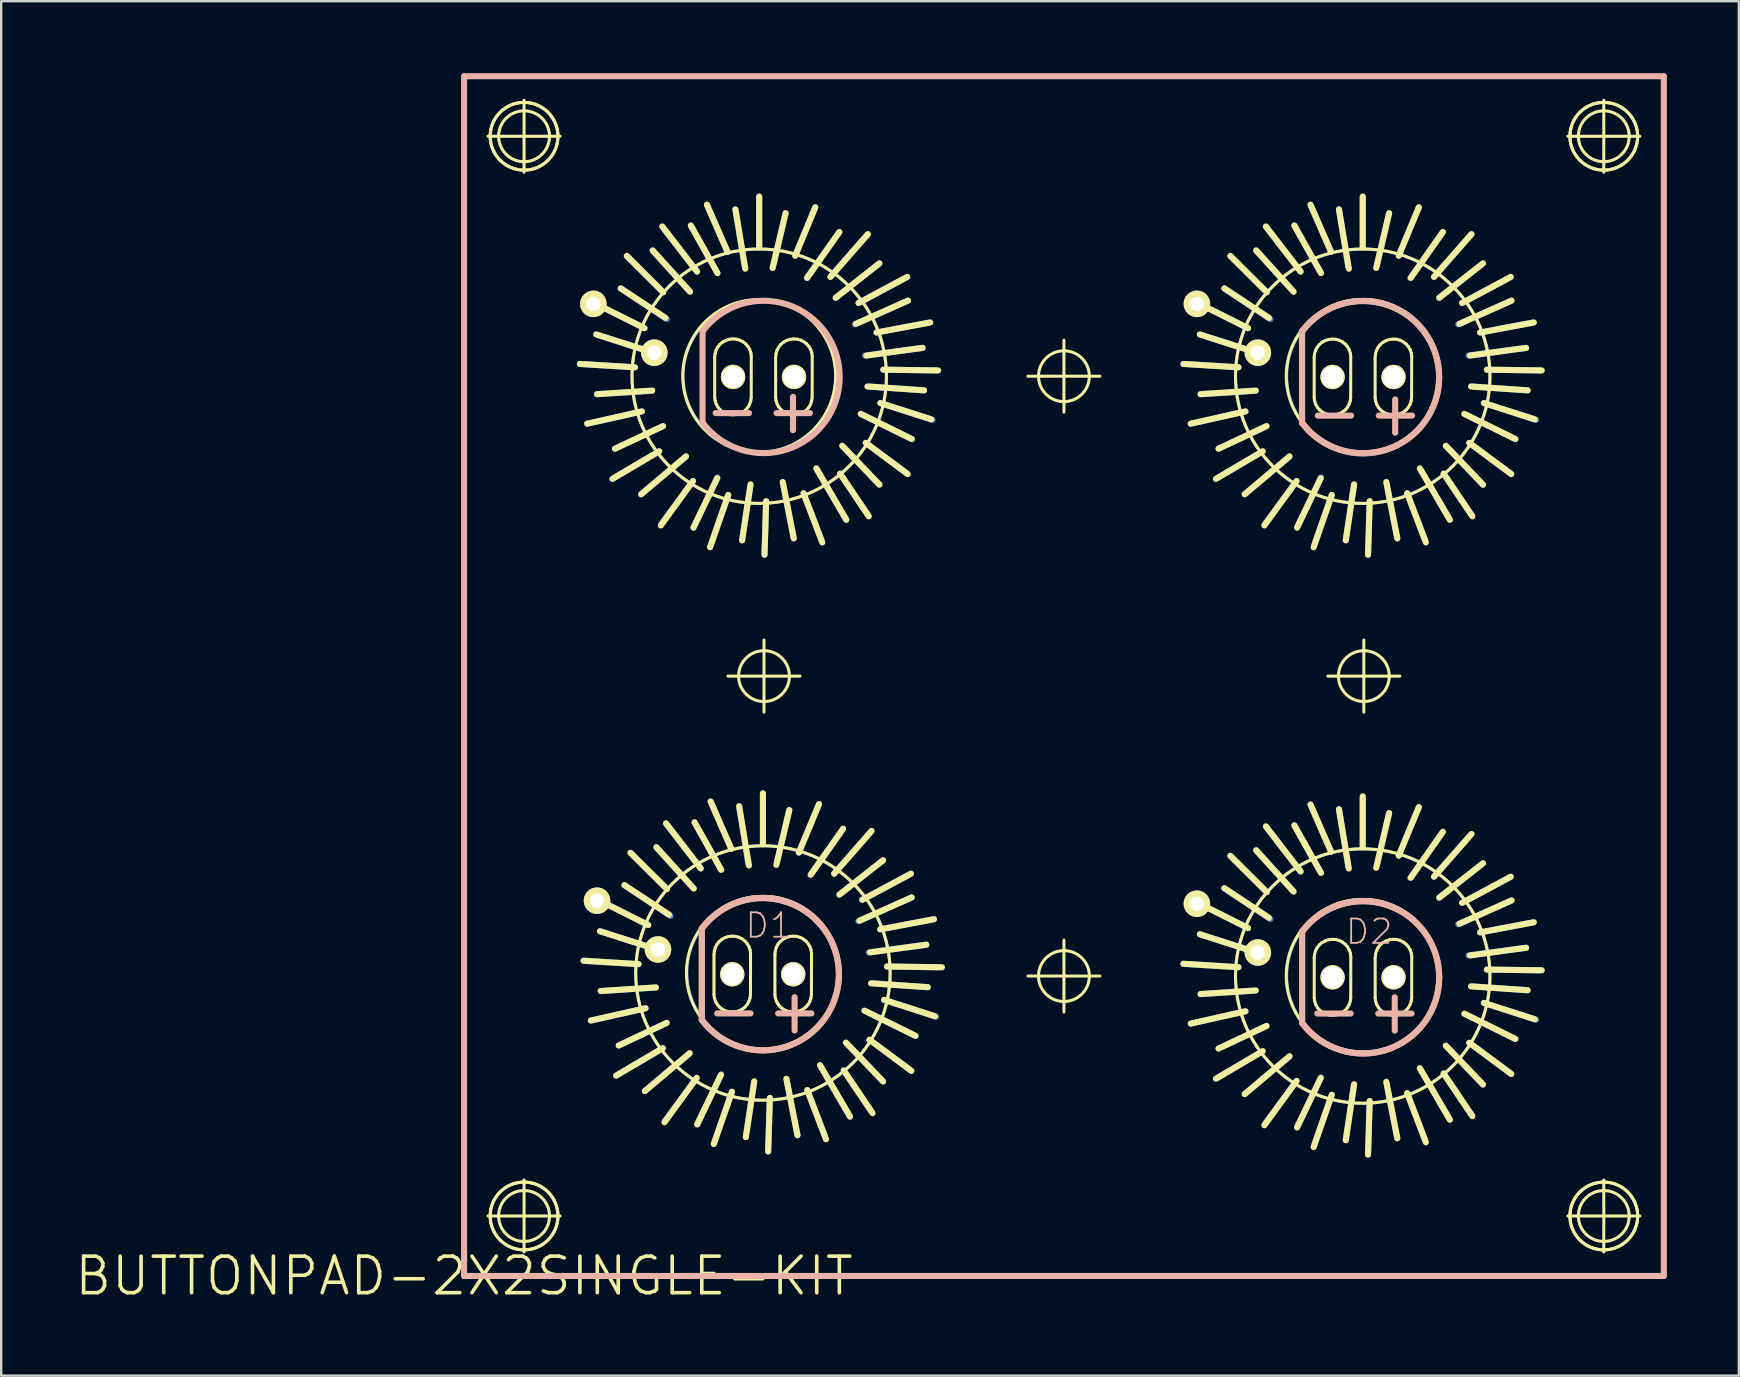
<source format=kicad_pcb>
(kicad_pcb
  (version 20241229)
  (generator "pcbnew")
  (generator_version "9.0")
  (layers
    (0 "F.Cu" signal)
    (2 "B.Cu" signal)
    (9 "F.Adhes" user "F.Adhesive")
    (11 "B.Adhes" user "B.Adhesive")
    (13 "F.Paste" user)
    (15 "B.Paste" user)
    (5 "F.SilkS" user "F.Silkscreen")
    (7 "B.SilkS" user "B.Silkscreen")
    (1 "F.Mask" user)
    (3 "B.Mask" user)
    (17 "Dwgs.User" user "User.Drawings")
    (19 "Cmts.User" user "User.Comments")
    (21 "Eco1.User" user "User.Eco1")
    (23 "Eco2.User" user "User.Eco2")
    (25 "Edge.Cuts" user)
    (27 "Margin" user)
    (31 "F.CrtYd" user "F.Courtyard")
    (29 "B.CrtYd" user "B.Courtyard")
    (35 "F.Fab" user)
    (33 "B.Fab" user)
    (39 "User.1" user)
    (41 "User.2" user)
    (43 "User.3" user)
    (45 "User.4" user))
  (footprint "BUTTONPAD-2X2SINGLE-KIT"
    (layer "F.Cu")
    (at 16.292 50.127)
    (property "Reference" "BUTTONPAD-2X2SINGLE-KIT" (at 0 0 0) (layer "F.SilkS") (effects (font (size 1.524 1.524) (thickness 0.15))))
    (attr exclude_from_pos_files exclude_from_bom)
    (fp_line (start 4.818 -38.009) (end 7.12 -37.869) (stroke (width 0.254) (type solid)) (layer "B.Cu"))
    (fp_line (start 4.973 -13.137) (end 7.272 -12.995) (stroke (width 0.254) (type solid)) (layer "B.Cu"))
    (fp_line (start 5.138 -35.519) (end 7.409 -36.03) (stroke (width 0.254) (type solid)) (layer "B.Cu"))
    (fp_line (start 5.293 -10.645) (end 7.562 -11.156) (stroke (width 0.254) (type solid)) (layer "B.Cu"))
    (fp_line (start 5.458 -40.538) (end 7.518 -39.5) (stroke (width 0.254) (type solid)) (layer "B.Cu"))
    (fp_line (start 5.613 -15.667) (end 7.673 -14.625) (stroke (width 0.254) (type solid)) (layer "B.Cu"))
    (fp_line (start 6.228 -33.249) (end 8.128 -34.369) (stroke (width 0.254) (type solid)) (layer "B.Cu"))
    (fp_line (start 6.383 -8.377) (end 8.283 -9.495) (stroke (width 0.254) (type solid)) (layer "B.Cu"))
    (fp_line (start 6.8 -42.499) (end 8.298 -40.998) (stroke (width 0.254) (type solid)) (layer "B.Cu"))
    (fp_line (start 6.952 -17.625) (end 8.453 -16.126) (stroke (width 0.254) (type solid)) (layer "B.Cu"))
    (fp_line (start 7.838 -38.499) (end 5.509 -39.238) (stroke (width 0.254) (type solid)) (layer "B.Cu"))
    (fp_line (start 7.838 -36.888) (end 5.54 -36.749) (stroke (width 0.254) (type solid)) (layer "B.Cu"))
    (fp_line (start 7.993 -13.625) (end 5.662 -14.366) (stroke (width 0.254) (type solid)) (layer "B.Cu"))
    (fp_line (start 7.993 -12.017) (end 5.692 -11.874) (stroke (width 0.254) (type solid)) (layer "B.Cu"))
    (fp_line (start 8.209 -31.328) (end 9.538 -33.129) (stroke (width 0.254) (type solid)) (layer "B.Cu"))
    (fp_line (start 8.288 -43.698) (end 9.708 -41.859) (stroke (width 0.254) (type solid)) (layer "B.Cu"))
    (fp_line (start 8.288 -35.418) (end 6.289 -34.478) (stroke (width 0.254) (type solid)) (layer "B.Cu"))
    (fp_line (start 8.362 -6.457) (end 9.693 -8.255) (stroke (width 0.254) (type solid)) (layer "B.Cu"))
    (fp_line (start 8.443 -18.826) (end 9.863 -16.985) (stroke (width 0.254) (type solid)) (layer "B.Cu"))
    (fp_line (start 8.443 -10.546) (end 6.444 -9.606) (stroke (width 0.254) (type solid)) (layer "B.Cu"))
    (fp_line (start 8.448 -39.878) (end 6.528 -41.158) (stroke (width 0.254) (type solid)) (layer "B.Cu"))
    (fp_line (start 8.603 -15.006) (end 6.683 -16.286) (stroke (width 0.254) (type solid)) (layer "B.Cu"))
    (fp_line (start 9.228 -34.13) (end 7.379 -32.578) (stroke (width 0.254) (type solid)) (layer "B.Cu"))
    (fp_line (start 9.383 -9.256) (end 7.534 -7.706) (stroke (width 0.254) (type solid)) (layer "B.Cu"))
    (fp_line (start 9.388 -41.049) (end 7.859 -42.738) (stroke (width 0.254) (type solid)) (layer "B.Cu"))
    (fp_line (start 9.543 -16.175) (end 8.014 -17.866) (stroke (width 0.254) (type solid)) (layer "B.Cu"))
    (fp_line (start 10.14 -44.607) (end 10.978 -42.68) (stroke (width 0.254) (type solid)) (layer "B.Cu"))
    (fp_line (start 10.269 -30.419) (end 11.008 -32.548) (stroke (width 0.254) (type solid)) (layer "B.Cu"))
    (fp_line (start 10.292 -19.736) (end 11.133 -17.805) (stroke (width 0.254) (type solid)) (layer "B.Cu"))
    (fp_line (start 10.422 -5.545) (end 11.163 -7.676) (stroke (width 0.254) (type solid)) (layer "B.Cu"))
    (fp_line (start 10.559 -41.798) (end 9.449 -43.779) (stroke (width 0.254) (type solid)) (layer "B.Cu"))
    (fp_line (start 10.559 -33.279) (end 9.568 -31.189) (stroke (width 0.254) (type solid)) (layer "B.Cu"))
    (fp_line (start 10.714 -16.927) (end 9.604 -18.905) (stroke (width 0.254) (type solid)) (layer "B.Cu"))
    (fp_line (start 10.714 -8.405) (end 9.723 -6.317) (stroke (width 0.254) (type solid)) (layer "B.Cu"))
    (fp_line (start 11.689 -42.067) (end 11.308 -44.45) (stroke (width 0.254) (type solid)) (layer "B.Cu"))
    (fp_line (start 11.841 -17.196) (end 11.463 -19.576) (stroke (width 0.254) (type solid)) (layer "B.Cu"))
    (fp_line (start 11.928 -32.929) (end 11.587 -30.658) (stroke (width 0.254) (type solid)) (layer "B.Cu"))
    (fp_line (start 12.083 -8.057) (end 11.742 -5.786) (stroke (width 0.254) (type solid)) (layer "B.Cu"))
    (fp_line (start 12.299 -44.958) (end 12.299 -42.868) (stroke (width 0.254) (type solid)) (layer "B.Cu"))
    (fp_line (start 12.454 -20.086) (end 12.454 -17.996) (stroke (width 0.254) (type solid)) (layer "B.Cu"))
    (fp_line (start 12.52 -30.058) (end 12.588 -32.288) (stroke (width 0.254) (type solid)) (layer "B.Cu"))
    (fp_line (start 12.672 -5.187) (end 12.743 -7.417) (stroke (width 0.254) (type solid)) (layer "B.Cu"))
    (fp_line (start 12.888 -42.118) (end 13.399 -44.29) (stroke (width 0.254) (type solid)) (layer "B.Cu"))
    (fp_line (start 13.043 -17.247) (end 13.553 -19.416) (stroke (width 0.254) (type solid)) (layer "B.Cu"))
    (fp_line (start 13.289 -33.038) (end 13.739 -30.739) (stroke (width 0.254) (type solid)) (layer "B.Cu"))
    (fp_line (start 13.442 -8.166) (end 13.894 -5.865) (stroke (width 0.254) (type solid)) (layer "B.Cu"))
    (fp_line (start 14.28 -41.59) (end 15.639 -43.508) (stroke (width 0.254) (type solid)) (layer "B.Cu"))
    (fp_line (start 14.432 -16.716) (end 15.794 -18.636) (stroke (width 0.254) (type solid)) (layer "B.Cu"))
    (fp_line (start 14.628 -44.529) (end 13.8 -42.52) (stroke (width 0.254) (type solid)) (layer "B.Cu"))
    (fp_line (start 14.709 -33.599) (end 15.928 -31.509) (stroke (width 0.254) (type solid)) (layer "B.Cu"))
    (fp_line (start 14.783 -19.655) (end 13.952 -17.645) (stroke (width 0.254) (type solid)) (layer "B.Cu"))
    (fp_line (start 14.862 -8.725) (end 16.083 -6.634) (stroke (width 0.254) (type solid)) (layer "B.Cu"))
    (fp_line (start 14.889 -30.688) (end 14.148 -32.619) (stroke (width 0.254) (type solid)) (layer "B.Cu"))
    (fp_line (start 15.042 -5.817) (end 14.303 -7.747) (stroke (width 0.254) (type solid)) (layer "B.Cu"))
    (fp_line (start 15.479 -40.759) (end 17.308 -42.2) (stroke (width 0.254) (type solid)) (layer "B.Cu"))
    (fp_line (start 15.634 -15.885) (end 17.462 -17.325) (stroke (width 0.254) (type solid)) (layer "B.Cu"))
    (fp_line (start 15.799 -34.559) (end 17.308 -32.979) (stroke (width 0.254) (type solid)) (layer "B.Cu"))
    (fp_line (start 15.954 -9.685) (end 17.462 -8.105) (stroke (width 0.254) (type solid)) (layer "B.Cu"))
    (fp_line (start 16.279 -39.66) (end 18.499 -40.648) (stroke (width 0.254) (type solid)) (layer "B.Cu"))
    (fp_line (start 16.434 -14.785) (end 18.654 -15.776) (stroke (width 0.254) (type solid)) (layer "B.Cu"))
    (fp_line (start 16.599 -35.898) (end 18.659 -34.879) (stroke (width 0.254) (type solid)) (layer "B.Cu"))
    (fp_line (start 16.708 -38.359) (end 19.108 -38.679) (stroke (width 0.254) (type solid)) (layer "B.Cu"))
    (fp_line (start 16.754 -11.026) (end 18.814 -10.005) (stroke (width 0.254) (type solid)) (layer "B.Cu"))
    (fp_line (start 16.82 -43.409) (end 15.268 -41.638) (stroke (width 0.254) (type solid)) (layer "B.Cu"))
    (fp_line (start 16.838 -31.699) (end 15.669 -33.439) (stroke (width 0.254) (type solid)) (layer "B.Cu"))
    (fp_line (start 16.863 -13.485) (end 19.263 -13.805) (stroke (width 0.254) (type solid)) (layer "B.Cu"))
    (fp_line (start 16.899 -37.069) (end 19.169 -36.909) (stroke (width 0.254) (type solid)) (layer "B.Cu"))
    (fp_line (start 16.972 -18.537) (end 15.423 -16.767) (stroke (width 0.254) (type solid)) (layer "B.Cu"))
    (fp_line (start 16.993 -6.825) (end 15.822 -8.565) (stroke (width 0.254) (type solid)) (layer "B.Cu"))
    (fp_line (start 17.054 -12.195) (end 19.322 -12.035) (stroke (width 0.254) (type solid)) (layer "B.Cu"))
    (fp_line (start 18.448 -41.618) (end 16.439 -40.549) (stroke (width 0.254) (type solid)) (layer "B.Cu"))
    (fp_line (start 18.468 -33.439) (end 16.739 -34.719) (stroke (width 0.254) (type solid)) (layer "B.Cu"))
    (fp_line (start 18.603 -16.746) (end 16.594 -15.677) (stroke (width 0.254) (type solid)) (layer "B.Cu"))
    (fp_line (start 18.623 -8.565) (end 16.894 -9.845) (stroke (width 0.254) (type solid)) (layer "B.Cu"))
    (fp_line (start 19.408 -39.738) (end 17.188 -39.319) (stroke (width 0.254) (type solid)) (layer "B.Cu"))
    (fp_line (start 19.52 -35.679) (end 17.348 -36.378) (stroke (width 0.254) (type solid)) (layer "B.Cu"))
    (fp_line (start 19.563 -14.867) (end 17.343 -14.445) (stroke (width 0.254) (type solid)) (layer "B.Cu"))
    (fp_line (start 19.672 -10.805) (end 17.503 -11.506) (stroke (width 0.254) (type solid)) (layer "B.Cu"))
    (fp_line (start 19.68 -37.739) (end 17.478 -37.77) (stroke (width 0.254) (type solid)) (layer "B.Cu"))
    (fp_line (start 19.832 -12.865) (end 17.633 -12.896) (stroke (width 0.254) (type solid)) (layer "B.Cu"))
    (fp_line (start 29.972 -38.009) (end 32.273 -37.869) (stroke (width 0.254) (type solid)) (layer "B.Cu"))
    (fp_line (start 29.972 -13.01) (end 32.273 -12.868) (stroke (width 0.254) (type solid)) (layer "B.Cu"))
    (fp_line (start 30.292 -35.519) (end 32.563 -36.03) (stroke (width 0.254) (type solid)) (layer "B.Cu"))
    (fp_line (start 30.292 -10.518) (end 32.563 -11.029) (stroke (width 0.254) (type solid)) (layer "B.Cu"))
    (fp_line (start 30.612 -40.538) (end 32.672 -39.5) (stroke (width 0.254) (type solid)) (layer "B.Cu"))
    (fp_line (start 30.612 -15.54) (end 32.672 -14.498) (stroke (width 0.254) (type solid)) (layer "B.Cu"))
    (fp_line (start 31.382 -33.249) (end 33.282 -34.369) (stroke (width 0.254) (type solid)) (layer "B.Cu"))
    (fp_line (start 31.382 -8.25) (end 33.282 -9.368) (stroke (width 0.254) (type solid)) (layer "B.Cu"))
    (fp_line (start 31.953 -42.499) (end 33.452 -40.998) (stroke (width 0.254) (type solid)) (layer "B.Cu"))
    (fp_line (start 31.953 -17.498) (end 33.452 -15.999) (stroke (width 0.254) (type solid)) (layer "B.Cu"))
    (fp_line (start 32.992 -38.499) (end 30.663 -39.238) (stroke (width 0.254) (type solid)) (layer "B.Cu"))
    (fp_line (start 32.992 -36.888) (end 30.693 -36.749) (stroke (width 0.254) (type solid)) (layer "B.Cu"))
    (fp_line (start 32.992 -13.498) (end 30.663 -14.239) (stroke (width 0.254) (type solid)) (layer "B.Cu"))
    (fp_line (start 32.992 -11.89) (end 30.693 -11.748) (stroke (width 0.254) (type solid)) (layer "B.Cu"))
    (fp_line (start 33.363 -31.328) (end 34.694 -33.129) (stroke (width 0.254) (type solid)) (layer "B.Cu"))
    (fp_line (start 33.363 -6.33) (end 34.694 -8.128) (stroke (width 0.254) (type solid)) (layer "B.Cu"))
    (fp_line (start 33.442 -43.698) (end 34.861 -41.859) (stroke (width 0.254) (type solid)) (layer "B.Cu"))
    (fp_line (start 33.442 -35.418) (end 31.443 -34.478) (stroke (width 0.254) (type solid)) (layer "B.Cu"))
    (fp_line (start 33.442 -18.699) (end 34.861 -16.858) (stroke (width 0.254) (type solid)) (layer "B.Cu"))
    (fp_line (start 33.442 -10.419) (end 31.443 -9.479) (stroke (width 0.254) (type solid)) (layer "B.Cu"))
    (fp_line (start 33.602 -39.878) (end 31.684 -41.158) (stroke (width 0.254) (type solid)) (layer "B.Cu"))
    (fp_line (start 33.602 -14.879) (end 31.684 -16.159) (stroke (width 0.254) (type solid)) (layer "B.Cu"))
    (fp_line (start 34.384 -34.13) (end 32.532 -32.578) (stroke (width 0.254) (type solid)) (layer "B.Cu"))
    (fp_line (start 34.384 -9.129) (end 32.532 -7.579) (stroke (width 0.254) (type solid)) (layer "B.Cu"))
    (fp_line (start 34.544 -41.049) (end 33.012 -42.738) (stroke (width 0.254) (type solid)) (layer "B.Cu"))
    (fp_line (start 34.544 -16.048) (end 33.012 -17.739) (stroke (width 0.254) (type solid)) (layer "B.Cu"))
    (fp_line (start 35.293 -44.607) (end 36.132 -42.68) (stroke (width 0.254) (type solid)) (layer "B.Cu"))
    (fp_line (start 35.293 -19.609) (end 36.132 -17.678) (stroke (width 0.254) (type solid)) (layer "B.Cu"))
    (fp_line (start 35.423 -30.419) (end 36.162 -32.548) (stroke (width 0.254) (type solid)) (layer "B.Cu"))
    (fp_line (start 35.423 -5.418) (end 36.162 -7.549) (stroke (width 0.254) (type solid)) (layer "B.Cu"))
    (fp_line (start 35.712 -41.798) (end 34.602 -43.779) (stroke (width 0.254) (type solid)) (layer "B.Cu"))
    (fp_line (start 35.712 -33.279) (end 34.722 -31.189) (stroke (width 0.254) (type solid)) (layer "B.Cu"))
    (fp_line (start 35.712 -16.8) (end 34.602 -18.778) (stroke (width 0.254) (type solid)) (layer "B.Cu"))
    (fp_line (start 35.712 -8.278) (end 34.722 -6.19) (stroke (width 0.254) (type solid)) (layer "B.Cu"))
    (fp_line (start 36.843 -42.067) (end 36.462 -44.45) (stroke (width 0.254) (type solid)) (layer "B.Cu"))
    (fp_line (start 36.843 -17.069) (end 36.462 -19.449) (stroke (width 0.254) (type solid)) (layer "B.Cu"))
    (fp_line (start 37.084 -32.929) (end 36.744 -30.658) (stroke (width 0.254) (type solid)) (layer "B.Cu"))
    (fp_line (start 37.084 -7.93) (end 36.744 -5.659) (stroke (width 0.254) (type solid)) (layer "B.Cu"))
    (fp_line (start 37.452 -44.958) (end 37.452 -42.868) (stroke (width 0.254) (type solid)) (layer "B.Cu"))
    (fp_line (start 37.452 -19.959) (end 37.452 -17.869) (stroke (width 0.254) (type solid)) (layer "B.Cu"))
    (fp_line (start 37.673 -30.058) (end 37.742 -32.288) (stroke (width 0.254) (type solid)) (layer "B.Cu"))
    (fp_line (start 37.673 -5.06) (end 37.742 -7.29) (stroke (width 0.254) (type solid)) (layer "B.Cu"))
    (fp_line (start 38.042 -42.118) (end 38.552 -44.29) (stroke (width 0.254) (type solid)) (layer "B.Cu"))
    (fp_line (start 38.042 -17.12) (end 38.552 -19.289) (stroke (width 0.254) (type solid)) (layer "B.Cu"))
    (fp_line (start 38.443 -33.038) (end 38.892 -30.739) (stroke (width 0.254) (type solid)) (layer "B.Cu"))
    (fp_line (start 38.443 -8.039) (end 38.892 -5.738) (stroke (width 0.254) (type solid)) (layer "B.Cu"))
    (fp_line (start 39.434 -41.59) (end 40.792 -43.508) (stroke (width 0.254) (type solid)) (layer "B.Cu"))
    (fp_line (start 39.434 -16.589) (end 40.792 -18.509) (stroke (width 0.254) (type solid)) (layer "B.Cu"))
    (fp_line (start 39.781 -44.529) (end 38.953 -42.52) (stroke (width 0.254) (type solid)) (layer "B.Cu"))
    (fp_line (start 39.781 -19.528) (end 38.953 -17.518) (stroke (width 0.254) (type solid)) (layer "B.Cu"))
    (fp_line (start 39.863 -33.599) (end 41.082 -31.509) (stroke (width 0.254) (type solid)) (layer "B.Cu"))
    (fp_line (start 39.863 -8.598) (end 41.082 -6.507) (stroke (width 0.254) (type solid)) (layer "B.Cu"))
    (fp_line (start 40.043 -30.688) (end 39.304 -32.619) (stroke (width 0.254) (type solid)) (layer "B.Cu"))
    (fp_line (start 40.043 -5.69) (end 39.304 -7.62) (stroke (width 0.254) (type solid)) (layer "B.Cu"))
    (fp_line (start 40.632 -40.759) (end 42.464 -42.2) (stroke (width 0.254) (type solid)) (layer "B.Cu"))
    (fp_line (start 40.632 -15.758) (end 42.464 -17.198) (stroke (width 0.254) (type solid)) (layer "B.Cu"))
    (fp_line (start 40.952 -34.559) (end 42.464 -32.979) (stroke (width 0.254) (type solid)) (layer "B.Cu"))
    (fp_line (start 40.952 -9.558) (end 42.464 -7.978) (stroke (width 0.254) (type solid)) (layer "B.Cu"))
    (fp_line (start 41.432 -39.66) (end 43.652 -40.648) (stroke (width 0.254) (type solid)) (layer "B.Cu"))
    (fp_line (start 41.432 -14.658) (end 43.652 -15.649) (stroke (width 0.254) (type solid)) (layer "B.Cu"))
    (fp_line (start 41.753 -35.898) (end 43.812 -34.879) (stroke (width 0.254) (type solid)) (layer "B.Cu"))
    (fp_line (start 41.753 -10.899) (end 43.812 -9.878) (stroke (width 0.254) (type solid)) (layer "B.Cu"))
    (fp_line (start 41.862 -38.359) (end 44.262 -38.679) (stroke (width 0.254) (type solid)) (layer "B.Cu"))
    (fp_line (start 41.862 -13.358) (end 44.262 -13.678) (stroke (width 0.254) (type solid)) (layer "B.Cu"))
    (fp_line (start 41.974 -43.409) (end 40.422 -41.638) (stroke (width 0.254) (type solid)) (layer "B.Cu"))
    (fp_line (start 41.974 -18.41) (end 40.422 -16.64) (stroke (width 0.254) (type solid)) (layer "B.Cu"))
    (fp_line (start 41.994 -31.699) (end 40.823 -33.439) (stroke (width 0.254) (type solid)) (layer "B.Cu"))
    (fp_line (start 41.994 -6.698) (end 40.823 -8.438) (stroke (width 0.254) (type solid)) (layer "B.Cu"))
    (fp_line (start 42.052 -37.069) (end 44.323 -36.909) (stroke (width 0.254) (type solid)) (layer "B.Cu"))
    (fp_line (start 42.052 -12.068) (end 44.323 -11.908) (stroke (width 0.254) (type solid)) (layer "B.Cu"))
    (fp_line (start 43.602 -41.618) (end 41.593 -40.549) (stroke (width 0.254) (type solid)) (layer "B.Cu"))
    (fp_line (start 43.602 -16.619) (end 41.593 -15.55) (stroke (width 0.254) (type solid)) (layer "B.Cu"))
    (fp_line (start 43.622 -33.439) (end 41.892 -34.719) (stroke (width 0.254) (type solid)) (layer "B.Cu"))
    (fp_line (start 43.622 -8.438) (end 41.892 -9.718) (stroke (width 0.254) (type solid)) (layer "B.Cu"))
    (fp_line (start 44.562 -39.738) (end 42.342 -39.319) (stroke (width 0.254) (type solid)) (layer "B.Cu"))
    (fp_line (start 44.562 -14.74) (end 42.342 -14.318) (stroke (width 0.254) (type solid)) (layer "B.Cu"))
    (fp_line (start 44.674 -35.679) (end 42.502 -36.378) (stroke (width 0.254) (type solid)) (layer "B.Cu"))
    (fp_line (start 44.674 -10.678) (end 42.502 -11.379) (stroke (width 0.254) (type solid)) (layer "B.Cu"))
    (fp_line (start 44.834 -37.739) (end 42.634 -37.77) (stroke (width 0.254) (type solid)) (layer "B.Cu"))
    (fp_line (start 44.834 -12.738) (end 42.634 -12.769) (stroke (width 0.254) (type solid)) (layer "B.Cu"))
    (fp_circle (center 12.299 -37.498) (end 16.048 -41.247) (stroke (width 0.127) (type solid)) (fill no) (layer "B.Cu"))
    (fp_circle (center 12.309 -37.508) (end 14.557 -39.756) (stroke (width 0.127) (type solid)) (fill no) (layer "B.Cu"))
    (fp_circle (center 12.454 -12.626) (end 16.203 -16.375) (stroke (width 0.127) (type solid)) (fill no) (layer "B.Cu"))
    (fp_circle (center 12.464 -12.636) (end 14.712 -14.884) (stroke (width 0.127) (type solid)) (fill no) (layer "B.Cu"))
    (fp_circle (center 37.452 -37.498) (end 41.201 -41.247) (stroke (width 0.127) (type solid)) (fill no) (layer "B.Cu"))
    (fp_circle (center 37.452 -12.499) (end 41.201 -16.248) (stroke (width 0.127) (type solid)) (fill no) (layer "B.Cu"))
    (fp_circle (center 37.462 -37.508) (end 39.71 -39.756) (stroke (width 0.127) (type solid)) (fill no) (layer "B.Cu"))
    (fp_circle (center 37.462 -12.509) (end 39.71 -14.757) (stroke (width 0.127) (type solid)) (fill no) (layer "B.Cu"))
    (fp_line (start 0.998 -47.498) (end 3.998 -47.498) (stroke (width 0.127) (type solid)) (layer "F.SilkS"))
    (fp_line (start 0.998 -2.499) (end 3.998 -2.499) (stroke (width 0.127) (type solid)) (layer "F.SilkS"))
    (fp_line (start 2.499 -45.999) (end 2.499 -48.999) (stroke (width 0.127) (type solid)) (layer "F.SilkS"))
    (fp_line (start 2.499 -0.998) (end 2.499 -3.998) (stroke (width 0.127) (type solid)) (layer "F.SilkS"))
    (fp_line (start 4.829 -38.009) (end 7.12 -37.869) (stroke (width 0.254) (type solid)) (layer "F.SilkS"))
    (fp_line (start 4.983 -13.137) (end 7.272 -12.995) (stroke (width 0.254) (type solid)) (layer "F.SilkS"))
    (fp_line (start 5.458 -40.528) (end 7.518 -39.5) (stroke (width 0.254) (type solid)) (layer "F.SilkS"))
    (fp_line (start 5.509 -39.238) (end 7.879 -38.478) (stroke (width 0.254) (type solid)) (layer "F.SilkS"))
    (fp_line (start 5.54 -36.749) (end 7.838 -36.899) (stroke (width 0.254) (type solid)) (layer "F.SilkS"))
    (fp_line (start 5.613 -15.657) (end 7.673 -14.625) (stroke (width 0.254) (type solid)) (layer "F.SilkS"))
    (fp_line (start 5.662 -14.366) (end 8.031 -13.607) (stroke (width 0.254) (type solid)) (layer "F.SilkS"))
    (fp_line (start 5.692 -11.874) (end 7.993 -12.027) (stroke (width 0.254) (type solid)) (layer "F.SilkS"))
    (fp_line (start 6.18 -33.218) (end 8.128 -34.369) (stroke (width 0.254) (type solid)) (layer "F.SilkS"))
    (fp_line (start 6.289 -34.478) (end 8.288 -35.418) (stroke (width 0.254) (type solid)) (layer "F.SilkS"))
    (fp_line (start 6.332 -8.346) (end 8.283 -9.495) (stroke (width 0.254) (type solid)) (layer "F.SilkS"))
    (fp_line (start 6.444 -9.606) (end 8.443 -10.546) (stroke (width 0.254) (type solid)) (layer "F.SilkS"))
    (fp_line (start 6.528 -41.158) (end 8.39 -39.929) (stroke (width 0.254) (type solid)) (layer "F.SilkS"))
    (fp_line (start 6.683 -16.286) (end 8.542 -15.055) (stroke (width 0.254) (type solid)) (layer "F.SilkS"))
    (fp_line (start 6.779 -42.509) (end 8.298 -40.998) (stroke (width 0.254) (type solid)) (layer "F.SilkS"))
    (fp_line (start 6.932 -17.635) (end 8.453 -16.126) (stroke (width 0.254) (type solid)) (layer "F.SilkS"))
    (fp_line (start 7.409 -36.03) (end 5.128 -35.519) (stroke (width 0.254) (type solid)) (layer "F.SilkS"))
    (fp_line (start 7.562 -11.156) (end 5.283 -10.645) (stroke (width 0.254) (type solid)) (layer "F.SilkS"))
    (fp_line (start 7.859 -42.738) (end 9.418 -41.018) (stroke (width 0.254) (type solid)) (layer "F.SilkS"))
    (fp_line (start 8.014 -17.866) (end 9.573 -16.147) (stroke (width 0.254) (type solid)) (layer "F.SilkS"))
    (fp_line (start 8.258 -43.739) (end 9.708 -41.859) (stroke (width 0.254) (type solid)) (layer "F.SilkS"))
    (fp_line (start 8.412 -18.865) (end 9.863 -16.985) (stroke (width 0.254) (type solid)) (layer "F.SilkS"))
    (fp_line (start 9.248 -34.158) (end 7.379 -32.578) (stroke (width 0.254) (type solid)) (layer "F.SilkS"))
    (fp_line (start 9.403 -9.286) (end 7.534 -7.706) (stroke (width 0.254) (type solid)) (layer "F.SilkS"))
    (fp_line (start 9.449 -43.779) (end 10.559 -41.798) (stroke (width 0.254) (type solid)) (layer "F.SilkS"))
    (fp_line (start 9.538 -33.129) (end 8.199 -31.278) (stroke (width 0.254) (type solid)) (layer "F.SilkS"))
    (fp_line (start 9.558 -31.189) (end 10.549 -33.249) (stroke (width 0.254) (type solid)) (layer "F.SilkS"))
    (fp_line (start 9.604 -18.905) (end 10.714 -16.927) (stroke (width 0.254) (type solid)) (layer "F.SilkS"))
    (fp_line (start 9.693 -8.255) (end 8.352 -6.406) (stroke (width 0.254) (type solid)) (layer "F.SilkS"))
    (fp_line (start 9.713 -6.317) (end 10.704 -8.377) (stroke (width 0.254) (type solid)) (layer "F.SilkS"))
    (fp_line (start 10.414 -13.396) (end 10.414 -11.727) (stroke (width 0.127) (type solid)) (layer "F.SilkS"))
    (fp_line (start 10.414 -11.727) (end 10.432 -11.585) (stroke (width 0.127) (type solid)) (layer "F.SilkS"))
    (fp_line (start 10.429 -13.543) (end 10.414 -13.396) (stroke (width 0.127) (type solid)) (layer "F.SilkS"))
    (fp_line (start 10.432 -11.585) (end 10.477 -11.445) (stroke (width 0.127) (type solid)) (layer "F.SilkS"))
    (fp_line (start 10.444 -38.285) (end 10.444 -36.619) (stroke (width 0.127) (type solid)) (layer "F.SilkS"))
    (fp_line (start 10.444 -36.619) (end 10.462 -36.474) (stroke (width 0.127) (type solid)) (layer "F.SilkS"))
    (fp_line (start 10.46 -38.433) (end 10.444 -38.285) (stroke (width 0.127) (type solid)) (layer "F.SilkS"))
    (fp_line (start 10.462 -36.474) (end 10.508 -36.335) (stroke (width 0.127) (type solid)) (layer "F.SilkS"))
    (fp_line (start 10.47 -13.686) (end 10.429 -13.543) (stroke (width 0.127) (type solid)) (layer "F.SilkS"))
    (fp_line (start 10.477 -11.445) (end 10.549 -11.318) (stroke (width 0.127) (type solid)) (layer "F.SilkS"))
    (fp_line (start 10.5 -38.575) (end 10.46 -38.433) (stroke (width 0.127) (type solid)) (layer "F.SilkS"))
    (fp_line (start 10.508 -36.335) (end 10.579 -36.208) (stroke (width 0.127) (type solid)) (layer "F.SilkS"))
    (fp_line (start 10.538 -13.818) (end 10.47 -13.686) (stroke (width 0.127) (type solid)) (layer "F.SilkS"))
    (fp_line (start 10.549 -11.318) (end 10.643 -11.206) (stroke (width 0.127) (type solid)) (layer "F.SilkS"))
    (fp_line (start 10.569 -38.707) (end 10.5 -38.575) (stroke (width 0.127) (type solid)) (layer "F.SilkS"))
    (fp_line (start 10.579 -36.208) (end 10.673 -36.096) (stroke (width 0.127) (type solid)) (layer "F.SilkS"))
    (fp_line (start 10.63 -13.934) (end 10.538 -13.818) (stroke (width 0.127) (type solid)) (layer "F.SilkS"))
    (fp_line (start 10.643 -11.206) (end 10.757 -11.118) (stroke (width 0.127) (type solid)) (layer "F.SilkS"))
    (fp_line (start 10.66 -38.824) (end 10.569 -38.707) (stroke (width 0.127) (type solid)) (layer "F.SilkS"))
    (fp_line (start 10.673 -36.096) (end 10.787 -36.007) (stroke (width 0.127) (type solid)) (layer "F.SilkS"))
    (fp_line (start 10.744 -14.028) (end 10.63 -13.934) (stroke (width 0.127) (type solid)) (layer "F.SilkS"))
    (fp_line (start 10.757 -11.118) (end 10.886 -11.052) (stroke (width 0.127) (type solid)) (layer "F.SilkS"))
    (fp_line (start 10.775 -38.918) (end 10.66 -38.824) (stroke (width 0.127) (type solid)) (layer "F.SilkS"))
    (fp_line (start 10.787 -36.007) (end 10.917 -35.941) (stroke (width 0.127) (type solid)) (layer "F.SilkS"))
    (fp_line (start 10.8 -12.573) (end 10.81 -12.659) (stroke (width 0.127) (type solid)) (layer "F.SilkS"))
    (fp_line (start 10.81 -12.659) (end 10.838 -12.741) (stroke (width 0.127) (type solid)) (layer "F.SilkS"))
    (fp_line (start 10.81 -12.489) (end 10.8 -12.573) (stroke (width 0.127) (type solid)) (layer "F.SilkS"))
    (fp_line (start 10.831 -37.462) (end 10.841 -37.549) (stroke (width 0.127) (type solid)) (layer "F.SilkS"))
    (fp_line (start 10.838 -12.741) (end 10.886 -12.814) (stroke (width 0.127) (type solid)) (layer "F.SilkS"))
    (fp_line (start 10.838 -12.408) (end 10.81 -12.489) (stroke (width 0.127) (type solid)) (layer "F.SilkS"))
    (fp_line (start 10.841 -37.549) (end 10.869 -37.63) (stroke (width 0.127) (type solid)) (layer "F.SilkS"))
    (fp_line (start 10.841 -37.379) (end 10.831 -37.462) (stroke (width 0.127) (type solid)) (layer "F.SilkS"))
    (fp_line (start 10.869 -37.63) (end 10.917 -37.704) (stroke (width 0.127) (type solid)) (layer "F.SilkS"))
    (fp_line (start 10.869 -37.297) (end 10.841 -37.379) (stroke (width 0.127) (type solid)) (layer "F.SilkS"))
    (fp_line (start 10.876 -14.1) (end 10.744 -14.028) (stroke (width 0.127) (type solid)) (layer "F.SilkS"))
    (fp_line (start 10.886 -12.814) (end 10.947 -12.875) (stroke (width 0.127) (type solid)) (layer "F.SilkS"))
    (fp_line (start 10.886 -12.337) (end 10.838 -12.408) (stroke (width 0.127) (type solid)) (layer "F.SilkS"))
    (fp_line (start 10.886 -11.052) (end 11.026 -11.011) (stroke (width 0.127) (type solid)) (layer "F.SilkS"))
    (fp_line (start 10.907 -38.989) (end 10.775 -38.918) (stroke (width 0.127) (type solid)) (layer "F.SilkS"))
    (fp_line (start 10.917 -37.704) (end 10.978 -37.765) (stroke (width 0.127) (type solid)) (layer "F.SilkS"))
    (fp_line (start 10.917 -37.226) (end 10.869 -37.297) (stroke (width 0.127) (type solid)) (layer "F.SilkS"))
    (fp_line (start 10.917 -35.941) (end 11.057 -35.9) (stroke (width 0.127) (type solid)) (layer "F.SilkS"))
    (fp_line (start 10.947 -12.875) (end 11.021 -12.921) (stroke (width 0.127) (type solid)) (layer "F.SilkS"))
    (fp_line (start 10.947 -12.278) (end 10.886 -12.337) (stroke (width 0.127) (type solid)) (layer "F.SilkS"))
    (fp_line (start 10.978 -42.68) (end 10.119 -44.648) (stroke (width 0.254) (type solid)) (layer "F.SilkS"))
    (fp_line (start 10.978 -37.765) (end 11.052 -37.81) (stroke (width 0.127) (type solid)) (layer "F.SilkS"))
    (fp_line (start 10.978 -37.168) (end 10.917 -37.226) (stroke (width 0.127) (type solid)) (layer "F.SilkS"))
    (fp_line (start 10.998 -24.999) (end 13.998 -24.999) (stroke (width 0.127) (type solid)) (layer "F.SilkS"))
    (fp_line (start 11.008 -32.548) (end 10.249 -30.368) (stroke (width 0.254) (type solid)) (layer "F.SilkS"))
    (fp_line (start 11.016 -14.145) (end 10.876 -14.1) (stroke (width 0.127) (type solid)) (layer "F.SilkS"))
    (fp_line (start 11.021 -12.921) (end 11.105 -12.949) (stroke (width 0.127) (type solid)) (layer "F.SilkS"))
    (fp_line (start 11.021 -12.233) (end 10.947 -12.278) (stroke (width 0.127) (type solid)) (layer "F.SilkS"))
    (fp_line (start 11.026 -11.011) (end 11.173 -10.998) (stroke (width 0.127) (type solid)) (layer "F.SilkS"))
    (fp_line (start 11.046 -39.035) (end 10.907 -38.989) (stroke (width 0.127) (type solid)) (layer "F.SilkS"))
    (fp_line (start 11.052 -37.81) (end 11.135 -37.838) (stroke (width 0.127) (type solid)) (layer "F.SilkS"))
    (fp_line (start 11.052 -37.122) (end 10.978 -37.168) (stroke (width 0.127) (type solid)) (layer "F.SilkS"))
    (fp_line (start 11.057 -35.9) (end 11.204 -35.89) (stroke (width 0.127) (type solid)) (layer "F.SilkS"))
    (fp_line (start 11.102 -12.207) (end 11.021 -12.233) (stroke (width 0.127) (type solid)) (layer "F.SilkS"))
    (fp_line (start 11.105 -12.949) (end 11.191 -12.957) (stroke (width 0.127) (type solid)) (layer "F.SilkS"))
    (fp_line (start 11.133 -37.097) (end 11.052 -37.122) (stroke (width 0.127) (type solid)) (layer "F.SilkS"))
    (fp_line (start 11.133 -17.805) (end 10.272 -19.776) (stroke (width 0.254) (type solid)) (layer "F.SilkS"))
    (fp_line (start 11.135 -37.838) (end 11.222 -37.846) (stroke (width 0.127) (type solid)) (layer "F.SilkS"))
    (fp_line (start 11.163 -7.676) (end 10.404 -5.497) (stroke (width 0.254) (type solid)) (layer "F.SilkS"))
    (fp_line (start 11.166 -14.161) (end 11.016 -14.145) (stroke (width 0.127) (type solid)) (layer "F.SilkS"))
    (fp_line (start 11.173 -10.998) (end 11.318 -11.011) (stroke (width 0.127) (type solid)) (layer "F.SilkS"))
    (fp_line (start 11.189 -12.197) (end 11.102 -12.207) (stroke (width 0.127) (type solid)) (layer "F.SilkS"))
    (fp_line (start 11.191 -12.957) (end 11.273 -12.946) (stroke (width 0.127) (type solid)) (layer "F.SilkS"))
    (fp_line (start 11.196 -39.053) (end 11.046 -39.035) (stroke (width 0.127) (type solid)) (layer "F.SilkS"))
    (fp_line (start 11.204 -35.89) (end 11.349 -35.9) (stroke (width 0.127) (type solid)) (layer "F.SilkS"))
    (fp_line (start 11.219 -37.087) (end 11.133 -37.097) (stroke (width 0.127) (type solid)) (layer "F.SilkS"))
    (fp_line (start 11.222 -37.846) (end 11.303 -37.836) (stroke (width 0.127) (type solid)) (layer "F.SilkS"))
    (fp_line (start 11.27 -12.207) (end 11.189 -12.197) (stroke (width 0.127) (type solid)) (layer "F.SilkS"))
    (fp_line (start 11.273 -12.946) (end 11.351 -12.918) (stroke (width 0.127) (type solid)) (layer "F.SilkS"))
    (fp_line (start 11.3 -37.099) (end 11.219 -37.087) (stroke (width 0.127) (type solid)) (layer "F.SilkS"))
    (fp_line (start 11.303 -37.836) (end 11.382 -37.808) (stroke (width 0.127) (type solid)) (layer "F.SilkS"))
    (fp_line (start 11.311 -14.153) (end 11.166 -14.161) (stroke (width 0.127) (type solid)) (layer "F.SilkS"))
    (fp_line (start 11.318 -11.011) (end 11.458 -11.049) (stroke (width 0.127) (type solid)) (layer "F.SilkS"))
    (fp_line (start 11.341 -39.042) (end 11.196 -39.053) (stroke (width 0.127) (type solid)) (layer "F.SilkS"))
    (fp_line (start 11.349 -35.9) (end 11.488 -35.938) (stroke (width 0.127) (type solid)) (layer "F.SilkS"))
    (fp_line (start 11.349 -12.238) (end 11.27 -12.207) (stroke (width 0.127) (type solid)) (layer "F.SilkS"))
    (fp_line (start 11.351 -12.918) (end 11.422 -12.873) (stroke (width 0.127) (type solid)) (layer "F.SilkS"))
    (fp_line (start 11.379 -37.127) (end 11.3 -37.099) (stroke (width 0.127) (type solid)) (layer "F.SilkS"))
    (fp_line (start 11.382 -37.808) (end 11.453 -37.762) (stroke (width 0.127) (type solid)) (layer "F.SilkS"))
    (fp_line (start 11.42 -12.283) (end 11.349 -12.238) (stroke (width 0.127) (type solid)) (layer "F.SilkS"))
    (fp_line (start 11.422 -12.873) (end 11.481 -12.812) (stroke (width 0.127) (type solid)) (layer "F.SilkS"))
    (fp_line (start 11.45 -37.173) (end 11.379 -37.127) (stroke (width 0.127) (type solid)) (layer "F.SilkS"))
    (fp_line (start 11.453 -37.762) (end 11.511 -37.701) (stroke (width 0.127) (type solid)) (layer "F.SilkS"))
    (fp_line (start 11.453 -14.115) (end 11.311 -14.153) (stroke (width 0.127) (type solid)) (layer "F.SilkS"))
    (fp_line (start 11.458 -11.049) (end 11.587 -11.115) (stroke (width 0.127) (type solid)) (layer "F.SilkS"))
    (fp_line (start 11.478 -12.342) (end 11.42 -12.283) (stroke (width 0.127) (type solid)) (layer "F.SilkS"))
    (fp_line (start 11.481 -12.812) (end 11.524 -12.741) (stroke (width 0.127) (type solid)) (layer "F.SilkS"))
    (fp_line (start 11.483 -39.004) (end 11.341 -39.042) (stroke (width 0.127) (type solid)) (layer "F.SilkS"))
    (fp_line (start 11.488 -35.938) (end 11.618 -36.005) (stroke (width 0.127) (type solid)) (layer "F.SilkS"))
    (fp_line (start 11.509 -37.231) (end 11.45 -37.173) (stroke (width 0.127) (type solid)) (layer "F.SilkS"))
    (fp_line (start 11.511 -37.701) (end 11.554 -37.63) (stroke (width 0.127) (type solid)) (layer "F.SilkS"))
    (fp_line (start 11.524 -12.741) (end 11.549 -12.659) (stroke (width 0.127) (type solid)) (layer "F.SilkS"))
    (fp_line (start 11.524 -12.413) (end 11.478 -12.342) (stroke (width 0.127) (type solid)) (layer "F.SilkS"))
    (fp_line (start 11.549 -12.659) (end 11.557 -12.576) (stroke (width 0.127) (type solid)) (layer "F.SilkS"))
    (fp_line (start 11.549 -12.494) (end 11.524 -12.413) (stroke (width 0.127) (type solid)) (layer "F.SilkS"))
    (fp_line (start 11.554 -37.63) (end 11.58 -37.549) (stroke (width 0.127) (type solid)) (layer "F.SilkS"))
    (fp_line (start 11.554 -37.302) (end 11.509 -37.231) (stroke (width 0.127) (type solid)) (layer "F.SilkS"))
    (fp_line (start 11.557 -12.576) (end 11.549 -12.494) (stroke (width 0.127) (type solid)) (layer "F.SilkS"))
    (fp_line (start 11.58 -37.549) (end 11.587 -37.465) (stroke (width 0.127) (type solid)) (layer "F.SilkS"))
    (fp_line (start 11.58 -37.384) (end 11.554 -37.302) (stroke (width 0.127) (type solid)) (layer "F.SilkS"))
    (fp_line (start 11.585 -14.049) (end 11.453 -14.115) (stroke (width 0.127) (type solid)) (layer "F.SilkS"))
    (fp_line (start 11.587 -37.465) (end 11.58 -37.384) (stroke (width 0.127) (type solid)) (layer "F.SilkS"))
    (fp_line (start 11.587 -30.658) (end 11.938 -32.99) (stroke (width 0.254) (type solid)) (layer "F.SilkS"))
    (fp_line (start 11.587 -11.115) (end 11.704 -11.204) (stroke (width 0.127) (type solid)) (layer "F.SilkS"))
    (fp_line (start 11.615 -38.938) (end 11.483 -39.004) (stroke (width 0.127) (type solid)) (layer "F.SilkS"))
    (fp_line (start 11.618 -36.005) (end 11.735 -36.093) (stroke (width 0.127) (type solid)) (layer "F.SilkS"))
    (fp_line (start 11.702 -13.96) (end 11.585 -14.049) (stroke (width 0.127) (type solid)) (layer "F.SilkS"))
    (fp_line (start 11.704 -11.204) (end 11.798 -11.313) (stroke (width 0.127) (type solid)) (layer "F.SilkS"))
    (fp_line (start 11.72 -41.979) (end 11.308 -44.45) (stroke (width 0.254) (type solid)) (layer "F.SilkS"))
    (fp_line (start 11.732 -38.849) (end 11.615 -38.938) (stroke (width 0.127) (type solid)) (layer "F.SilkS"))
    (fp_line (start 11.735 -36.093) (end 11.829 -36.203) (stroke (width 0.127) (type solid)) (layer "F.SilkS"))
    (fp_line (start 11.742 -5.786) (end 12.093 -8.115) (stroke (width 0.254) (type solid)) (layer "F.SilkS"))
    (fp_line (start 11.798 -13.851) (end 11.702 -13.96) (stroke (width 0.127) (type solid)) (layer "F.SilkS"))
    (fp_line (start 11.798 -11.313) (end 11.869 -11.44) (stroke (width 0.127) (type solid)) (layer "F.SilkS"))
    (fp_line (start 11.829 -38.74) (end 11.732 -38.849) (stroke (width 0.127) (type solid)) (layer "F.SilkS"))
    (fp_line (start 11.829 -36.203) (end 11.9 -36.33) (stroke (width 0.127) (type solid)) (layer "F.SilkS"))
    (fp_line (start 11.869 -11.44) (end 11.915 -11.58) (stroke (width 0.127) (type solid)) (layer "F.SilkS"))
    (fp_line (start 11.872 -17.107) (end 11.463 -19.576) (stroke (width 0.254) (type solid)) (layer "F.SilkS"))
    (fp_line (start 11.872 -13.724) (end 11.798 -13.851) (stroke (width 0.127) (type solid)) (layer "F.SilkS"))
    (fp_line (start 11.9 -36.33) (end 11.946 -36.469) (stroke (width 0.127) (type solid)) (layer "F.SilkS"))
    (fp_line (start 11.902 -38.613) (end 11.829 -38.74) (stroke (width 0.127) (type solid)) (layer "F.SilkS"))
    (fp_line (start 11.915 -11.58) (end 11.935 -11.722) (stroke (width 0.127) (type solid)) (layer "F.SilkS"))
    (fp_line (start 11.92 -13.584) (end 11.872 -13.724) (stroke (width 0.127) (type solid)) (layer "F.SilkS"))
    (fp_line (start 11.935 -11.722) (end 11.938 -13.437) (stroke (width 0.127) (type solid)) (layer "F.SilkS"))
    (fp_line (start 11.938 -13.437) (end 11.92 -13.584) (stroke (width 0.127) (type solid)) (layer "F.SilkS"))
    (fp_line (start 11.946 -36.469) (end 11.966 -36.614) (stroke (width 0.127) (type solid)) (layer "F.SilkS"))
    (fp_line (start 11.951 -38.473) (end 11.902 -38.613) (stroke (width 0.127) (type solid)) (layer "F.SilkS"))
    (fp_line (start 11.966 -36.614) (end 11.968 -38.326) (stroke (width 0.127) (type solid)) (layer "F.SilkS"))
    (fp_line (start 11.968 -38.326) (end 11.951 -38.473) (stroke (width 0.127) (type solid)) (layer "F.SilkS"))
    (fp_line (start 12.299 -42.868) (end 12.299 -44.988) (stroke (width 0.254) (type solid)) (layer "F.SilkS"))
    (fp_line (start 12.454 -17.996) (end 12.454 -20.117) (stroke (width 0.254) (type solid)) (layer "F.SilkS"))
    (fp_line (start 12.499 -23.498) (end 12.499 -26.5) (stroke (width 0.127) (type solid)) (layer "F.SilkS"))
    (fp_line (start 12.588 -32.288) (end 12.52 -30.058) (stroke (width 0.254) (type solid)) (layer "F.SilkS"))
    (fp_line (start 12.743 -7.417) (end 12.672 -5.187) (stroke (width 0.254) (type solid)) (layer "F.SilkS"))
    (fp_line (start 12.857 -42.009) (end 13.399 -44.29) (stroke (width 0.254) (type solid)) (layer "F.SilkS"))
    (fp_line (start 12.954 -13.396) (end 12.954 -11.727) (stroke (width 0.127) (type solid)) (layer "F.SilkS"))
    (fp_line (start 12.954 -11.727) (end 12.972 -11.585) (stroke (width 0.127) (type solid)) (layer "F.SilkS"))
    (fp_line (start 12.969 -13.543) (end 12.954 -13.396) (stroke (width 0.127) (type solid)) (layer "F.SilkS"))
    (fp_line (start 12.972 -11.585) (end 13.018 -11.445) (stroke (width 0.127) (type solid)) (layer "F.SilkS"))
    (fp_line (start 12.984 -38.285) (end 12.984 -36.619) (stroke (width 0.127) (type solid)) (layer "F.SilkS"))
    (fp_line (start 12.984 -36.619) (end 13.002 -36.474) (stroke (width 0.127) (type solid)) (layer "F.SilkS"))
    (fp_line (start 13 -38.433) (end 12.984 -38.285) (stroke (width 0.127) (type solid)) (layer "F.SilkS"))
    (fp_line (start 13.002 -36.474) (end 13.048 -36.335) (stroke (width 0.127) (type solid)) (layer "F.SilkS"))
    (fp_line (start 13.01 -13.686) (end 12.969 -13.543) (stroke (width 0.127) (type solid)) (layer "F.SilkS"))
    (fp_line (start 13.012 -17.135) (end 13.553 -19.416) (stroke (width 0.254) (type solid)) (layer "F.SilkS"))
    (fp_line (start 13.018 -11.445) (end 13.089 -11.318) (stroke (width 0.127) (type solid)) (layer "F.SilkS"))
    (fp_line (start 13.04 -38.575) (end 13 -38.433) (stroke (width 0.127) (type solid)) (layer "F.SilkS"))
    (fp_line (start 13.048 -36.335) (end 13.119 -36.208) (stroke (width 0.127) (type solid)) (layer "F.SilkS"))
    (fp_line (start 13.078 -13.818) (end 13.01 -13.686) (stroke (width 0.127) (type solid)) (layer "F.SilkS"))
    (fp_line (start 13.089 -11.318) (end 13.183 -11.206) (stroke (width 0.127) (type solid)) (layer "F.SilkS"))
    (fp_line (start 13.109 -38.707) (end 13.04 -38.575) (stroke (width 0.127) (type solid)) (layer "F.SilkS"))
    (fp_line (start 13.119 -36.208) (end 13.213 -36.096) (stroke (width 0.127) (type solid)) (layer "F.SilkS"))
    (fp_line (start 13.17 -13.934) (end 13.078 -13.818) (stroke (width 0.127) (type solid)) (layer "F.SilkS"))
    (fp_line (start 13.183 -11.206) (end 13.297 -11.118) (stroke (width 0.127) (type solid)) (layer "F.SilkS"))
    (fp_line (start 13.2 -38.824) (end 13.109 -38.707) (stroke (width 0.127) (type solid)) (layer "F.SilkS"))
    (fp_line (start 13.213 -36.096) (end 13.327 -36.007) (stroke (width 0.127) (type solid)) (layer "F.SilkS"))
    (fp_line (start 13.284 -14.028) (end 13.17 -13.934) (stroke (width 0.127) (type solid)) (layer "F.SilkS"))
    (fp_line (start 13.297 -11.118) (end 13.426 -11.052) (stroke (width 0.127) (type solid)) (layer "F.SilkS"))
    (fp_line (start 13.315 -38.918) (end 13.2 -38.824) (stroke (width 0.127) (type solid)) (layer "F.SilkS"))
    (fp_line (start 13.327 -36.007) (end 13.457 -35.941) (stroke (width 0.127) (type solid)) (layer "F.SilkS"))
    (fp_line (start 13.34 -12.573) (end 13.35 -12.659) (stroke (width 0.127) (type solid)) (layer "F.SilkS"))
    (fp_line (start 13.35 -12.659) (end 13.378 -12.741) (stroke (width 0.127) (type solid)) (layer "F.SilkS"))
    (fp_line (start 13.35 -12.489) (end 13.34 -12.573) (stroke (width 0.127) (type solid)) (layer "F.SilkS"))
    (fp_line (start 13.371 -37.462) (end 13.381 -37.549) (stroke (width 0.127) (type solid)) (layer "F.SilkS"))
    (fp_line (start 13.378 -12.741) (end 13.426 -12.814) (stroke (width 0.127) (type solid)) (layer "F.SilkS"))
    (fp_line (start 13.378 -12.408) (end 13.35 -12.489) (stroke (width 0.127) (type solid)) (layer "F.SilkS"))
    (fp_line (start 13.381 -37.549) (end 13.409 -37.63) (stroke (width 0.127) (type solid)) (layer "F.SilkS"))
    (fp_line (start 13.381 -37.379) (end 13.371 -37.462) (stroke (width 0.127) (type solid)) (layer "F.SilkS"))
    (fp_line (start 13.409 -37.63) (end 13.457 -37.704) (stroke (width 0.127) (type solid)) (layer "F.SilkS"))
    (fp_line (start 13.409 -37.297) (end 13.381 -37.379) (stroke (width 0.127) (type solid)) (layer "F.SilkS"))
    (fp_line (start 13.416 -14.1) (end 13.284 -14.028) (stroke (width 0.127) (type solid)) (layer "F.SilkS"))
    (fp_line (start 13.426 -12.814) (end 13.487 -12.875) (stroke (width 0.127) (type solid)) (layer "F.SilkS"))
    (fp_line (start 13.426 -12.337) (end 13.378 -12.408) (stroke (width 0.127) (type solid)) (layer "F.SilkS"))
    (fp_line (start 13.426 -11.052) (end 13.566 -11.011) (stroke (width 0.127) (type solid)) (layer "F.SilkS"))
    (fp_line (start 13.447 -38.989) (end 13.315 -38.918) (stroke (width 0.127) (type solid)) (layer "F.SilkS"))
    (fp_line (start 13.457 -37.704) (end 13.518 -37.765) (stroke (width 0.127) (type solid)) (layer "F.SilkS"))
    (fp_line (start 13.457 -37.226) (end 13.409 -37.297) (stroke (width 0.127) (type solid)) (layer "F.SilkS"))
    (fp_line (start 13.457 -35.941) (end 13.597 -35.9) (stroke (width 0.127) (type solid)) (layer "F.SilkS"))
    (fp_line (start 13.487 -12.875) (end 13.561 -12.921) (stroke (width 0.127) (type solid)) (layer "F.SilkS"))
    (fp_line (start 13.487 -12.278) (end 13.426 -12.337) (stroke (width 0.127) (type solid)) (layer "F.SilkS"))
    (fp_line (start 13.518 -37.765) (end 13.592 -37.81) (stroke (width 0.127) (type solid)) (layer "F.SilkS"))
    (fp_line (start 13.518 -37.168) (end 13.457 -37.226) (stroke (width 0.127) (type solid)) (layer "F.SilkS"))
    (fp_line (start 13.556 -14.145) (end 13.416 -14.1) (stroke (width 0.127) (type solid)) (layer "F.SilkS"))
    (fp_line (start 13.561 -12.921) (end 13.645 -12.949) (stroke (width 0.127) (type solid)) (layer "F.SilkS"))
    (fp_line (start 13.561 -12.233) (end 13.487 -12.278) (stroke (width 0.127) (type solid)) (layer "F.SilkS"))
    (fp_line (start 13.566 -11.011) (end 13.713 -10.998) (stroke (width 0.127) (type solid)) (layer "F.SilkS"))
    (fp_line (start 13.586 -39.035) (end 13.447 -38.989) (stroke (width 0.127) (type solid)) (layer "F.SilkS"))
    (fp_line (start 13.592 -37.81) (end 13.675 -37.838) (stroke (width 0.127) (type solid)) (layer "F.SilkS"))
    (fp_line (start 13.592 -37.122) (end 13.518 -37.168) (stroke (width 0.127) (type solid)) (layer "F.SilkS"))
    (fp_line (start 13.597 -35.9) (end 13.744 -35.89) (stroke (width 0.127) (type solid)) (layer "F.SilkS"))
    (fp_line (start 13.642 -12.207) (end 13.561 -12.233) (stroke (width 0.127) (type solid)) (layer "F.SilkS"))
    (fp_line (start 13.645 -12.949) (end 13.731 -12.957) (stroke (width 0.127) (type solid)) (layer "F.SilkS"))
    (fp_line (start 13.673 -37.097) (end 13.592 -37.122) (stroke (width 0.127) (type solid)) (layer "F.SilkS"))
    (fp_line (start 13.675 -37.838) (end 13.762 -37.846) (stroke (width 0.127) (type solid)) (layer "F.SilkS"))
    (fp_line (start 13.706 -14.161) (end 13.556 -14.145) (stroke (width 0.127) (type solid)) (layer "F.SilkS"))
    (fp_line (start 13.713 -10.998) (end 13.858 -11.011) (stroke (width 0.127) (type solid)) (layer "F.SilkS"))
    (fp_line (start 13.729 -12.197) (end 13.642 -12.207) (stroke (width 0.127) (type solid)) (layer "F.SilkS"))
    (fp_line (start 13.731 -12.957) (end 13.813 -12.946) (stroke (width 0.127) (type solid)) (layer "F.SilkS"))
    (fp_line (start 13.736 -39.053) (end 13.586 -39.035) (stroke (width 0.127) (type solid)) (layer "F.SilkS"))
    (fp_line (start 13.739 -30.739) (end 13.279 -33.089) (stroke (width 0.254) (type solid)) (layer "F.SilkS"))
    (fp_line (start 13.744 -35.89) (end 13.889 -35.9) (stroke (width 0.127) (type solid)) (layer "F.SilkS"))
    (fp_line (start 13.759 -37.087) (end 13.673 -37.097) (stroke (width 0.127) (type solid)) (layer "F.SilkS"))
    (fp_line (start 13.762 -37.846) (end 13.843 -37.836) (stroke (width 0.127) (type solid)) (layer "F.SilkS"))
    (fp_line (start 13.8 -42.52) (end 14.638 -44.539) (stroke (width 0.254) (type solid)) (layer "F.SilkS"))
    (fp_line (start 13.81 -12.207) (end 13.729 -12.197) (stroke (width 0.127) (type solid)) (layer "F.SilkS"))
    (fp_line (start 13.813 -12.946) (end 13.891 -12.918) (stroke (width 0.127) (type solid)) (layer "F.SilkS"))
    (fp_line (start 13.84 -37.099) (end 13.759 -37.087) (stroke (width 0.127) (type solid)) (layer "F.SilkS"))
    (fp_line (start 13.843 -37.836) (end 13.922 -37.808) (stroke (width 0.127) (type solid)) (layer "F.SilkS"))
    (fp_line (start 13.851 -14.153) (end 13.706 -14.161) (stroke (width 0.127) (type solid)) (layer "F.SilkS"))
    (fp_line (start 13.858 -11.011) (end 13.998 -11.049) (stroke (width 0.127) (type solid)) (layer "F.SilkS"))
    (fp_line (start 13.881 -39.042) (end 13.736 -39.053) (stroke (width 0.127) (type solid)) (layer "F.SilkS"))
    (fp_line (start 13.889 -35.9) (end 14.028 -35.938) (stroke (width 0.127) (type solid)) (layer "F.SilkS"))
    (fp_line (start 13.889 -12.238) (end 13.81 -12.207) (stroke (width 0.127) (type solid)) (layer "F.SilkS"))
    (fp_line (start 13.891 -12.918) (end 13.962 -12.873) (stroke (width 0.127) (type solid)) (layer "F.SilkS"))
    (fp_line (start 13.894 -5.865) (end 13.432 -8.217) (stroke (width 0.254) (type solid)) (layer "F.SilkS"))
    (fp_line (start 13.919 -37.127) (end 13.84 -37.099) (stroke (width 0.127) (type solid)) (layer "F.SilkS"))
    (fp_line (start 13.922 -37.808) (end 13.993 -37.762) (stroke (width 0.127) (type solid)) (layer "F.SilkS"))
    (fp_line (start 13.952 -17.645) (end 14.793 -19.665) (stroke (width 0.254) (type solid)) (layer "F.SilkS"))
    (fp_line (start 13.96 -12.283) (end 13.889 -12.238) (stroke (width 0.127) (type solid)) (layer "F.SilkS"))
    (fp_line (start 13.962 -12.873) (end 14.021 -12.812) (stroke (width 0.127) (type solid)) (layer "F.SilkS"))
    (fp_line (start 13.99 -37.173) (end 13.919 -37.127) (stroke (width 0.127) (type solid)) (layer "F.SilkS"))
    (fp_line (start 13.993 -37.762) (end 14.051 -37.701) (stroke (width 0.127) (type solid)) (layer "F.SilkS"))
    (fp_line (start 13.993 -14.115) (end 13.851 -14.153) (stroke (width 0.127) (type solid)) (layer "F.SilkS"))
    (fp_line (start 13.998 -11.049) (end 14.127 -11.115) (stroke (width 0.127) (type solid)) (layer "F.SilkS"))
    (fp_line (start 14.018 -12.342) (end 13.96 -12.283) (stroke (width 0.127) (type solid)) (layer "F.SilkS"))
    (fp_line (start 14.021 -12.812) (end 14.064 -12.741) (stroke (width 0.127) (type solid)) (layer "F.SilkS"))
    (fp_line (start 14.023 -39.004) (end 13.881 -39.042) (stroke (width 0.127) (type solid)) (layer "F.SilkS"))
    (fp_line (start 14.028 -35.938) (end 14.158 -36.005) (stroke (width 0.127) (type solid)) (layer "F.SilkS"))
    (fp_line (start 14.049 -37.231) (end 13.99 -37.173) (stroke (width 0.127) (type solid)) (layer "F.SilkS"))
    (fp_line (start 14.051 -37.701) (end 14.094 -37.63) (stroke (width 0.127) (type solid)) (layer "F.SilkS"))
    (fp_line (start 14.064 -12.741) (end 14.089 -12.659) (stroke (width 0.127) (type solid)) (layer "F.SilkS"))
    (fp_line (start 14.064 -12.413) (end 14.018 -12.342) (stroke (width 0.127) (type solid)) (layer "F.SilkS"))
    (fp_line (start 14.089 -12.659) (end 14.097 -12.576) (stroke (width 0.127) (type solid)) (layer "F.SilkS"))
    (fp_line (start 14.089 -12.494) (end 14.064 -12.413) (stroke (width 0.127) (type solid)) (layer "F.SilkS"))
    (fp_line (start 14.094 -37.63) (end 14.12 -37.549) (stroke (width 0.127) (type solid)) (layer "F.SilkS"))
    (fp_line (start 14.094 -37.302) (end 14.049 -37.231) (stroke (width 0.127) (type solid)) (layer "F.SilkS"))
    (fp_line (start 14.097 -12.576) (end 14.089 -12.494) (stroke (width 0.127) (type solid)) (layer "F.SilkS"))
    (fp_line (start 14.12 -37.549) (end 14.127 -37.465) (stroke (width 0.127) (type solid)) (layer "F.SilkS"))
    (fp_line (start 14.12 -37.384) (end 14.094 -37.302) (stroke (width 0.127) (type solid)) (layer "F.SilkS"))
    (fp_line (start 14.125 -14.049) (end 13.993 -14.115) (stroke (width 0.127) (type solid)) (layer "F.SilkS"))
    (fp_line (start 14.127 -37.465) (end 14.12 -37.384) (stroke (width 0.127) (type solid)) (layer "F.SilkS"))
    (fp_line (start 14.127 -11.115) (end 14.244 -11.204) (stroke (width 0.127) (type solid)) (layer "F.SilkS"))
    (fp_line (start 14.148 -32.619) (end 14.928 -30.569) (stroke (width 0.254) (type solid)) (layer "F.SilkS"))
    (fp_line (start 14.155 -38.938) (end 14.023 -39.004) (stroke (width 0.127) (type solid)) (layer "F.SilkS"))
    (fp_line (start 14.158 -36.005) (end 14.275 -36.093) (stroke (width 0.127) (type solid)) (layer "F.SilkS"))
    (fp_line (start 14.242 -13.96) (end 14.125 -14.049) (stroke (width 0.127) (type solid)) (layer "F.SilkS"))
    (fp_line (start 14.244 -11.204) (end 14.338 -11.313) (stroke (width 0.127) (type solid)) (layer "F.SilkS"))
    (fp_line (start 14.272 -38.849) (end 14.155 -38.938) (stroke (width 0.127) (type solid)) (layer "F.SilkS"))
    (fp_line (start 14.275 -36.093) (end 14.369 -36.203) (stroke (width 0.127) (type solid)) (layer "F.SilkS"))
    (fp_line (start 14.298 -41.598) (end 15.639 -43.508) (stroke (width 0.254) (type solid)) (layer "F.SilkS"))
    (fp_line (start 14.303 -7.747) (end 15.083 -5.695) (stroke (width 0.254) (type solid)) (layer "F.SilkS"))
    (fp_line (start 14.338 -13.851) (end 14.242 -13.96) (stroke (width 0.127) (type solid)) (layer "F.SilkS"))
    (fp_line (start 14.338 -11.313) (end 14.409 -11.44) (stroke (width 0.127) (type solid)) (layer "F.SilkS"))
    (fp_line (start 14.369 -38.74) (end 14.272 -38.849) (stroke (width 0.127) (type solid)) (layer "F.SilkS"))
    (fp_line (start 14.369 -36.203) (end 14.44 -36.33) (stroke (width 0.127) (type solid)) (layer "F.SilkS"))
    (fp_line (start 14.409 -11.44) (end 14.455 -11.58) (stroke (width 0.127) (type solid)) (layer "F.SilkS"))
    (fp_line (start 14.412 -13.724) (end 14.338 -13.851) (stroke (width 0.127) (type solid)) (layer "F.SilkS"))
    (fp_line (start 14.44 -36.33) (end 14.486 -36.469) (stroke (width 0.127) (type solid)) (layer "F.SilkS"))
    (fp_line (start 14.442 -38.613) (end 14.369 -38.74) (stroke (width 0.127) (type solid)) (layer "F.SilkS"))
    (fp_line (start 14.453 -16.726) (end 15.794 -18.636) (stroke (width 0.254) (type solid)) (layer "F.SilkS"))
    (fp_line (start 14.455 -11.58) (end 14.475 -11.722) (stroke (width 0.127) (type solid)) (layer "F.SilkS"))
    (fp_line (start 14.46 -13.584) (end 14.412 -13.724) (stroke (width 0.127) (type solid)) (layer "F.SilkS"))
    (fp_line (start 14.475 -11.722) (end 14.478 -13.437) (stroke (width 0.127) (type solid)) (layer "F.SilkS"))
    (fp_line (start 14.478 -13.437) (end 14.46 -13.584) (stroke (width 0.127) (type solid)) (layer "F.SilkS"))
    (fp_line (start 14.486 -36.469) (end 14.506 -36.614) (stroke (width 0.127) (type solid)) (layer "F.SilkS"))
    (fp_line (start 14.491 -38.473) (end 14.442 -38.613) (stroke (width 0.127) (type solid)) (layer "F.SilkS"))
    (fp_line (start 14.506 -36.614) (end 14.508 -38.326) (stroke (width 0.127) (type solid)) (layer "F.SilkS"))
    (fp_line (start 14.508 -38.326) (end 14.491 -38.473) (stroke (width 0.127) (type solid)) (layer "F.SilkS"))
    (fp_line (start 15.489 -40.77) (end 17.308 -42.2) (stroke (width 0.254) (type solid)) (layer "F.SilkS"))
    (fp_line (start 15.644 -15.895) (end 17.462 -17.325) (stroke (width 0.254) (type solid)) (layer "F.SilkS"))
    (fp_line (start 15.669 -33.439) (end 16.868 -31.659) (stroke (width 0.254) (type solid)) (layer "F.SilkS"))
    (fp_line (start 15.758 -34.6) (end 17.308 -32.979) (stroke (width 0.254) (type solid)) (layer "F.SilkS"))
    (fp_line (start 15.822 -8.565) (end 17.023 -6.787) (stroke (width 0.254) (type solid)) (layer "F.SilkS"))
    (fp_line (start 15.913 -9.726) (end 17.462 -8.105) (stroke (width 0.254) (type solid)) (layer "F.SilkS"))
    (fp_line (start 15.928 -31.519) (end 14.679 -33.658) (stroke (width 0.254) (type solid)) (layer "F.SilkS"))
    (fp_line (start 16.083 -6.645) (end 14.834 -8.786) (stroke (width 0.254) (type solid)) (layer "F.SilkS"))
    (fp_line (start 16.33 -39.68) (end 18.499 -40.648) (stroke (width 0.254) (type solid)) (layer "F.SilkS"))
    (fp_line (start 16.439 -40.549) (end 18.468 -41.638) (stroke (width 0.254) (type solid)) (layer "F.SilkS"))
    (fp_line (start 16.482 -14.806) (end 18.654 -15.776) (stroke (width 0.254) (type solid)) (layer "F.SilkS"))
    (fp_line (start 16.528 -35.928) (end 18.659 -34.879) (stroke (width 0.254) (type solid)) (layer "F.SilkS"))
    (fp_line (start 16.594 -15.677) (end 18.623 -16.767) (stroke (width 0.254) (type solid)) (layer "F.SilkS"))
    (fp_line (start 16.683 -11.057) (end 18.814 -10.005) (stroke (width 0.254) (type solid)) (layer "F.SilkS"))
    (fp_line (start 16.739 -34.719) (end 18.489 -33.419) (stroke (width 0.254) (type solid)) (layer "F.SilkS"))
    (fp_line (start 16.769 -38.359) (end 19.108 -38.679) (stroke (width 0.254) (type solid)) (layer "F.SilkS"))
    (fp_line (start 16.81 -37.069) (end 19.169 -36.909) (stroke (width 0.254) (type solid)) (layer "F.SilkS"))
    (fp_line (start 16.828 -43.419) (end 15.268 -41.638) (stroke (width 0.254) (type solid)) (layer "F.SilkS"))
    (fp_line (start 16.894 -9.845) (end 18.644 -8.545) (stroke (width 0.254) (type solid)) (layer "F.SilkS"))
    (fp_line (start 16.921 -13.485) (end 19.263 -13.805) (stroke (width 0.254) (type solid)) (layer "F.SilkS"))
    (fp_line (start 16.962 -12.195) (end 19.322 -12.035) (stroke (width 0.254) (type solid)) (layer "F.SilkS"))
    (fp_line (start 16.982 -18.545) (end 15.423 -16.767) (stroke (width 0.254) (type solid)) (layer "F.SilkS"))
    (fp_line (start 17.188 -39.319) (end 19.428 -39.738) (stroke (width 0.254) (type solid)) (layer "F.SilkS"))
    (fp_line (start 17.343 -14.445) (end 19.583 -14.867) (stroke (width 0.254) (type solid)) (layer "F.SilkS"))
    (fp_line (start 17.348 -36.378) (end 19.469 -35.7) (stroke (width 0.254) (type solid)) (layer "F.SilkS"))
    (fp_line (start 17.468 -37.77) (end 19.759 -37.739) (stroke (width 0.254) (type solid)) (layer "F.SilkS"))
    (fp_line (start 17.503 -11.506) (end 19.622 -10.825) (stroke (width 0.254) (type solid)) (layer "F.SilkS"))
    (fp_line (start 17.623 -12.896) (end 19.914 -12.865) (stroke (width 0.254) (type solid)) (layer "F.SilkS"))
    (fp_line (start 23.498 -37.498) (end 26.5 -37.498) (stroke (width 0.127) (type solid)) (layer "F.SilkS"))
    (fp_line (start 23.498 -12.499) (end 26.5 -12.499) (stroke (width 0.127) (type solid)) (layer "F.SilkS"))
    (fp_line (start 24.999 -35.999) (end 24.999 -38.999) (stroke (width 0.127) (type solid)) (layer "F.SilkS"))
    (fp_line (start 24.999 -10.998) (end 24.999 -13.998) (stroke (width 0.127) (type solid)) (layer "F.SilkS"))
    (fp_line (start 29.982 -38.009) (end 32.273 -37.869) (stroke (width 0.254) (type solid)) (layer "F.SilkS"))
    (fp_line (start 29.982 -13.01) (end 32.273 -12.868) (stroke (width 0.254) (type solid)) (layer "F.SilkS"))
    (fp_line (start 30.612 -40.528) (end 32.672 -39.5) (stroke (width 0.254) (type solid)) (layer "F.SilkS"))
    (fp_line (start 30.612 -15.53) (end 32.672 -14.498) (stroke (width 0.254) (type solid)) (layer "F.SilkS"))
    (fp_line (start 30.663 -39.238) (end 33.033 -38.478) (stroke (width 0.254) (type solid)) (layer "F.SilkS"))
    (fp_line (start 30.663 -14.239) (end 33.033 -13.48) (stroke (width 0.254) (type solid)) (layer "F.SilkS"))
    (fp_line (start 30.693 -36.749) (end 32.992 -36.899) (stroke (width 0.254) (type solid)) (layer "F.SilkS"))
    (fp_line (start 30.693 -11.748) (end 32.992 -11.9) (stroke (width 0.254) (type solid)) (layer "F.SilkS"))
    (fp_line (start 31.333 -33.218) (end 33.282 -34.369) (stroke (width 0.254) (type solid)) (layer "F.SilkS"))
    (fp_line (start 31.333 -8.219) (end 33.282 -9.368) (stroke (width 0.254) (type solid)) (layer "F.SilkS"))
    (fp_line (start 31.443 -34.478) (end 33.442 -35.418) (stroke (width 0.254) (type solid)) (layer "F.SilkS"))
    (fp_line (start 31.443 -9.479) (end 33.442 -10.419) (stroke (width 0.254) (type solid)) (layer "F.SilkS"))
    (fp_line (start 31.684 -41.158) (end 33.543 -39.929) (stroke (width 0.254) (type solid)) (layer "F.SilkS"))
    (fp_line (start 31.684 -16.159) (end 33.543 -14.928) (stroke (width 0.254) (type solid)) (layer "F.SilkS"))
    (fp_line (start 31.933 -42.509) (end 33.452 -40.998) (stroke (width 0.254) (type solid)) (layer "F.SilkS"))
    (fp_line (start 31.933 -17.508) (end 33.452 -15.999) (stroke (width 0.254) (type solid)) (layer "F.SilkS"))
    (fp_line (start 32.563 -36.03) (end 30.282 -35.519) (stroke (width 0.254) (type solid)) (layer "F.SilkS"))
    (fp_line (start 32.563 -11.029) (end 30.282 -10.518) (stroke (width 0.254) (type solid)) (layer "F.SilkS"))
    (fp_line (start 33.012 -42.738) (end 34.572 -41.018) (stroke (width 0.254) (type solid)) (layer "F.SilkS"))
    (fp_line (start 33.012 -17.739) (end 34.572 -16.02) (stroke (width 0.254) (type solid)) (layer "F.SilkS"))
    (fp_line (start 33.414 -43.739) (end 34.861 -41.859) (stroke (width 0.254) (type solid)) (layer "F.SilkS"))
    (fp_line (start 33.414 -18.738) (end 34.861 -16.858) (stroke (width 0.254) (type solid)) (layer "F.SilkS"))
    (fp_line (start 34.402 -34.158) (end 32.532 -32.578) (stroke (width 0.254) (type solid)) (layer "F.SilkS"))
    (fp_line (start 34.402 -9.159) (end 32.532 -7.579) (stroke (width 0.254) (type solid)) (layer "F.SilkS"))
    (fp_line (start 34.602 -43.779) (end 35.712 -41.798) (stroke (width 0.254) (type solid)) (layer "F.SilkS"))
    (fp_line (start 34.602 -18.778) (end 35.712 -16.8) (stroke (width 0.254) (type solid)) (layer "F.SilkS"))
    (fp_line (start 34.694 -33.129) (end 33.353 -31.278) (stroke (width 0.254) (type solid)) (layer "F.SilkS"))
    (fp_line (start 34.694 -8.128) (end 33.353 -6.279) (stroke (width 0.254) (type solid)) (layer "F.SilkS"))
    (fp_line (start 34.712 -31.189) (end 35.702 -33.249) (stroke (width 0.254) (type solid)) (layer "F.SilkS"))
    (fp_line (start 34.712 -6.19) (end 35.702 -8.25) (stroke (width 0.254) (type solid)) (layer "F.SilkS"))
    (fp_line (start 35.428 -38.28) (end 35.428 -36.614) (stroke (width 0.127) (type solid)) (layer "F.SilkS"))
    (fp_line (start 35.428 -36.614) (end 35.446 -36.469) (stroke (width 0.127) (type solid)) (layer "F.SilkS"))
    (fp_line (start 35.43 -13.264) (end 35.43 -11.595) (stroke (width 0.127) (type solid)) (layer "F.SilkS"))
    (fp_line (start 35.43 -11.595) (end 35.448 -11.453) (stroke (width 0.127) (type solid)) (layer "F.SilkS"))
    (fp_line (start 35.443 -38.428) (end 35.428 -38.28) (stroke (width 0.127) (type solid)) (layer "F.SilkS"))
    (fp_line (start 35.446 -36.469) (end 35.491 -36.33) (stroke (width 0.127) (type solid)) (layer "F.SilkS"))
    (fp_line (start 35.446 -13.411) (end 35.43 -13.264) (stroke (width 0.127) (type solid)) (layer "F.SilkS"))
    (fp_line (start 35.448 -11.453) (end 35.494 -11.313) (stroke (width 0.127) (type solid)) (layer "F.SilkS"))
    (fp_line (start 35.484 -38.57) (end 35.443 -38.428) (stroke (width 0.127) (type solid)) (layer "F.SilkS"))
    (fp_line (start 35.486 -13.553) (end 35.446 -13.411) (stroke (width 0.127) (type solid)) (layer "F.SilkS"))
    (fp_line (start 35.491 -36.33) (end 35.563 -36.203) (stroke (width 0.127) (type solid)) (layer "F.SilkS"))
    (fp_line (start 35.494 -11.313) (end 35.565 -11.186) (stroke (width 0.127) (type solid)) (layer "F.SilkS"))
    (fp_line (start 35.552 -38.702) (end 35.484 -38.57) (stroke (width 0.127) (type solid)) (layer "F.SilkS"))
    (fp_line (start 35.555 -13.686) (end 35.486 -13.553) (stroke (width 0.127) (type solid)) (layer "F.SilkS"))
    (fp_line (start 35.563 -36.203) (end 35.657 -36.091) (stroke (width 0.127) (type solid)) (layer "F.SilkS"))
    (fp_line (start 35.565 -11.186) (end 35.659 -11.074) (stroke (width 0.127) (type solid)) (layer "F.SilkS"))
    (fp_line (start 35.644 -38.819) (end 35.552 -38.702) (stroke (width 0.127) (type solid)) (layer "F.SilkS"))
    (fp_line (start 35.646 -13.802) (end 35.555 -13.686) (stroke (width 0.127) (type solid)) (layer "F.SilkS"))
    (fp_line (start 35.657 -36.091) (end 35.771 -36.002) (stroke (width 0.127) (type solid)) (layer "F.SilkS"))
    (fp_line (start 35.659 -11.074) (end 35.773 -10.986) (stroke (width 0.127) (type solid)) (layer "F.SilkS"))
    (fp_line (start 35.758 -38.913) (end 35.644 -38.819) (stroke (width 0.127) (type solid)) (layer "F.SilkS"))
    (fp_line (start 35.761 -13.896) (end 35.646 -13.802) (stroke (width 0.127) (type solid)) (layer "F.SilkS"))
    (fp_line (start 35.771 -36.002) (end 35.9 -35.936) (stroke (width 0.127) (type solid)) (layer "F.SilkS"))
    (fp_line (start 35.773 -10.986) (end 35.903 -10.919) (stroke (width 0.127) (type solid)) (layer "F.SilkS"))
    (fp_line (start 35.814 -37.457) (end 35.824 -37.544) (stroke (width 0.127) (type solid)) (layer "F.SilkS"))
    (fp_line (start 35.814 -12.441) (end 35.827 -12.527) (stroke (width 0.127) (type solid)) (layer "F.SilkS"))
    (fp_line (start 35.824 -37.544) (end 35.852 -37.625) (stroke (width 0.127) (type solid)) (layer "F.SilkS"))
    (fp_line (start 35.824 -37.374) (end 35.814 -37.457) (stroke (width 0.127) (type solid)) (layer "F.SilkS"))
    (fp_line (start 35.827 -12.527) (end 35.855 -12.609) (stroke (width 0.127) (type solid)) (layer "F.SilkS"))
    (fp_line (start 35.827 -12.357) (end 35.814 -12.441) (stroke (width 0.127) (type solid)) (layer "F.SilkS"))
    (fp_line (start 35.852 -37.625) (end 35.9 -37.699) (stroke (width 0.127) (type solid)) (layer "F.SilkS"))
    (fp_line (start 35.852 -37.292) (end 35.824 -37.374) (stroke (width 0.127) (type solid)) (layer "F.SilkS"))
    (fp_line (start 35.855 -12.609) (end 35.903 -12.682) (stroke (width 0.127) (type solid)) (layer "F.SilkS"))
    (fp_line (start 35.855 -12.276) (end 35.827 -12.357) (stroke (width 0.127) (type solid)) (layer "F.SilkS"))
    (fp_line (start 35.89 -38.984) (end 35.758 -38.913) (stroke (width 0.127) (type solid)) (layer "F.SilkS"))
    (fp_line (start 35.893 -13.967) (end 35.761 -13.896) (stroke (width 0.127) (type solid)) (layer "F.SilkS"))
    (fp_line (start 35.9 -37.699) (end 35.961 -37.76) (stroke (width 0.127) (type solid)) (layer "F.SilkS"))
    (fp_line (start 35.9 -37.221) (end 35.852 -37.292) (stroke (width 0.127) (type solid)) (layer "F.SilkS"))
    (fp_line (start 35.9 -35.936) (end 36.04 -35.895) (stroke (width 0.127) (type solid)) (layer "F.SilkS"))
    (fp_line (start 35.903 -12.682) (end 35.964 -12.743) (stroke (width 0.127) (type solid)) (layer "F.SilkS"))
    (fp_line (start 35.903 -12.205) (end 35.855 -12.276) (stroke (width 0.127) (type solid)) (layer "F.SilkS"))
    (fp_line (start 35.903 -10.919) (end 36.043 -10.879) (stroke (width 0.127) (type solid)) (layer "F.SilkS"))
    (fp_line (start 35.961 -37.76) (end 36.035 -37.805) (stroke (width 0.127) (type solid)) (layer "F.SilkS"))
    (fp_line (start 35.961 -37.163) (end 35.9 -37.221) (stroke (width 0.127) (type solid)) (layer "F.SilkS"))
    (fp_line (start 35.964 -12.743) (end 36.038 -12.789) (stroke (width 0.127) (type solid)) (layer "F.SilkS"))
    (fp_line (start 35.964 -12.146) (end 35.903 -12.205) (stroke (width 0.127) (type solid)) (layer "F.SilkS"))
    (fp_line (start 35.999 -24.999) (end 38.999 -24.999) (stroke (width 0.127) (type solid)) (layer "F.SilkS"))
    (fp_line (start 36.03 -39.03) (end 35.89 -38.984) (stroke (width 0.127) (type solid)) (layer "F.SilkS"))
    (fp_line (start 36.032 -14.013) (end 35.893 -13.967) (stroke (width 0.127) (type solid)) (layer "F.SilkS"))
    (fp_line (start 36.035 -37.805) (end 36.119 -37.833) (stroke (width 0.127) (type solid)) (layer "F.SilkS"))
    (fp_line (start 36.035 -37.117) (end 35.961 -37.163) (stroke (width 0.127) (type solid)) (layer "F.SilkS"))
    (fp_line (start 36.038 -12.789) (end 36.121 -12.817) (stroke (width 0.127) (type solid)) (layer "F.SilkS"))
    (fp_line (start 36.038 -12.101) (end 35.964 -12.146) (stroke (width 0.127) (type solid)) (layer "F.SilkS"))
    (fp_line (start 36.04 -35.895) (end 36.187 -35.883) (stroke (width 0.127) (type solid)) (layer "F.SilkS"))
    (fp_line (start 36.043 -10.879) (end 36.187 -10.866) (stroke (width 0.127) (type solid)) (layer "F.SilkS"))
    (fp_line (start 36.116 -37.092) (end 36.035 -37.117) (stroke (width 0.127) (type solid)) (layer "F.SilkS"))
    (fp_line (start 36.119 -37.833) (end 36.205 -37.841) (stroke (width 0.127) (type solid)) (layer "F.SilkS"))
    (fp_line (start 36.119 -12.075) (end 36.038 -12.101) (stroke (width 0.127) (type solid)) (layer "F.SilkS"))
    (fp_line (start 36.121 -12.817) (end 36.208 -12.824) (stroke (width 0.127) (type solid)) (layer "F.SilkS"))
    (fp_line (start 36.132 -42.68) (end 35.273 -44.648) (stroke (width 0.254) (type solid)) (layer "F.SilkS"))
    (fp_line (start 36.132 -17.678) (end 35.273 -19.649) (stroke (width 0.254) (type solid)) (layer "F.SilkS"))
    (fp_line (start 36.162 -32.548) (end 35.403 -30.368) (stroke (width 0.254) (type solid)) (layer "F.SilkS"))
    (fp_line (start 36.162 -7.549) (end 35.403 -5.37) (stroke (width 0.254) (type solid)) (layer "F.SilkS"))
    (fp_line (start 36.18 -39.045) (end 36.03 -39.03) (stroke (width 0.127) (type solid)) (layer "F.SilkS"))
    (fp_line (start 36.182 -14.028) (end 36.032 -14.013) (stroke (width 0.127) (type solid)) (layer "F.SilkS"))
    (fp_line (start 36.187 -35.883) (end 36.332 -35.895) (stroke (width 0.127) (type solid)) (layer "F.SilkS"))
    (fp_line (start 36.187 -10.866) (end 36.335 -10.879) (stroke (width 0.127) (type solid)) (layer "F.SilkS"))
    (fp_line (start 36.203 -37.081) (end 36.116 -37.092) (stroke (width 0.127) (type solid)) (layer "F.SilkS"))
    (fp_line (start 36.205 -37.841) (end 36.286 -37.831) (stroke (width 0.127) (type solid)) (layer "F.SilkS"))
    (fp_line (start 36.205 -12.065) (end 36.119 -12.075) (stroke (width 0.127) (type solid)) (layer "F.SilkS"))
    (fp_line (start 36.208 -12.824) (end 36.289 -12.814) (stroke (width 0.127) (type solid)) (layer "F.SilkS"))
    (fp_line (start 36.284 -37.094) (end 36.203 -37.081) (stroke (width 0.127) (type solid)) (layer "F.SilkS"))
    (fp_line (start 36.286 -37.831) (end 36.365 -37.803) (stroke (width 0.127) (type solid)) (layer "F.SilkS"))
    (fp_line (start 36.286 -12.075) (end 36.205 -12.065) (stroke (width 0.127) (type solid)) (layer "F.SilkS"))
    (fp_line (start 36.289 -12.814) (end 36.368 -12.786) (stroke (width 0.127) (type solid)) (layer "F.SilkS"))
    (fp_line (start 36.325 -39.037) (end 36.18 -39.045) (stroke (width 0.127) (type solid)) (layer "F.SilkS"))
    (fp_line (start 36.327 -14.021) (end 36.182 -14.028) (stroke (width 0.127) (type solid)) (layer "F.SilkS"))
    (fp_line (start 36.332 -35.895) (end 36.472 -35.933) (stroke (width 0.127) (type solid)) (layer "F.SilkS"))
    (fp_line (start 36.335 -10.879) (end 36.474 -10.917) (stroke (width 0.127) (type solid)) (layer "F.SilkS"))
    (fp_line (start 36.363 -37.122) (end 36.284 -37.094) (stroke (width 0.127) (type solid)) (layer "F.SilkS"))
    (fp_line (start 36.365 -37.803) (end 36.436 -37.757) (stroke (width 0.127) (type solid)) (layer "F.SilkS"))
    (fp_line (start 36.365 -12.106) (end 36.286 -12.075) (stroke (width 0.127) (type solid)) (layer "F.SilkS"))
    (fp_line (start 36.368 -12.786) (end 36.439 -12.741) (stroke (width 0.127) (type solid)) (layer "F.SilkS"))
    (fp_line (start 36.434 -37.168) (end 36.363 -37.122) (stroke (width 0.127) (type solid)) (layer "F.SilkS"))
    (fp_line (start 36.436 -37.757) (end 36.495 -37.696) (stroke (width 0.127) (type solid)) (layer "F.SilkS"))
    (fp_line (start 36.436 -12.151) (end 36.365 -12.106) (stroke (width 0.127) (type solid)) (layer "F.SilkS"))
    (fp_line (start 36.439 -12.741) (end 36.497 -12.68) (stroke (width 0.127) (type solid)) (layer "F.SilkS"))
    (fp_line (start 36.467 -38.999) (end 36.325 -39.037) (stroke (width 0.127) (type solid)) (layer "F.SilkS"))
    (fp_line (start 36.469 -13.983) (end 36.327 -14.021) (stroke (width 0.127) (type solid)) (layer "F.SilkS"))
    (fp_line (start 36.472 -35.933) (end 36.601 -35.999) (stroke (width 0.127) (type solid)) (layer "F.SilkS"))
    (fp_line (start 36.474 -10.917) (end 36.604 -10.983) (stroke (width 0.127) (type solid)) (layer "F.SilkS"))
    (fp_line (start 36.492 -37.226) (end 36.434 -37.168) (stroke (width 0.127) (type solid)) (layer "F.SilkS"))
    (fp_line (start 36.495 -37.696) (end 36.538 -37.625) (stroke (width 0.127) (type solid)) (layer "F.SilkS"))
    (fp_line (start 36.495 -12.21) (end 36.436 -12.151) (stroke (width 0.127) (type solid)) (layer "F.SilkS"))
    (fp_line (start 36.497 -12.68) (end 36.54 -12.609) (stroke (width 0.127) (type solid)) (layer "F.SilkS"))
    (fp_line (start 36.538 -37.625) (end 36.563 -37.544) (stroke (width 0.127) (type solid)) (layer "F.SilkS"))
    (fp_line (start 36.538 -37.297) (end 36.492 -37.226) (stroke (width 0.127) (type solid)) (layer "F.SilkS"))
    (fp_line (start 36.54 -12.609) (end 36.566 -12.527) (stroke (width 0.127) (type solid)) (layer "F.SilkS"))
    (fp_line (start 36.54 -12.281) (end 36.495 -12.21) (stroke (width 0.127) (type solid)) (layer "F.SilkS"))
    (fp_line (start 36.563 -37.544) (end 36.571 -37.46) (stroke (width 0.127) (type solid)) (layer "F.SilkS"))
    (fp_line (start 36.563 -37.379) (end 36.538 -37.297) (stroke (width 0.127) (type solid)) (layer "F.SilkS"))
    (fp_line (start 36.566 -12.527) (end 36.573 -12.443) (stroke (width 0.127) (type solid)) (layer "F.SilkS"))
    (fp_line (start 36.566 -12.362) (end 36.54 -12.281) (stroke (width 0.127) (type solid)) (layer "F.SilkS"))
    (fp_line (start 36.571 -37.46) (end 36.563 -37.379) (stroke (width 0.127) (type solid)) (layer "F.SilkS"))
    (fp_line (start 36.573 -12.443) (end 36.566 -12.362) (stroke (width 0.127) (type solid)) (layer "F.SilkS"))
    (fp_line (start 36.599 -38.933) (end 36.467 -38.999) (stroke (width 0.127) (type solid)) (layer "F.SilkS"))
    (fp_line (start 36.601 -35.999) (end 36.718 -36.088) (stroke (width 0.127) (type solid)) (layer "F.SilkS"))
    (fp_line (start 36.601 -13.917) (end 36.469 -13.983) (stroke (width 0.127) (type solid)) (layer "F.SilkS"))
    (fp_line (start 36.604 -10.983) (end 36.721 -11.072) (stroke (width 0.127) (type solid)) (layer "F.SilkS"))
    (fp_line (start 36.716 -38.844) (end 36.599 -38.933) (stroke (width 0.127) (type solid)) (layer "F.SilkS"))
    (fp_line (start 36.718 -36.088) (end 36.812 -36.198) (stroke (width 0.127) (type solid)) (layer "F.SilkS"))
    (fp_line (start 36.718 -13.828) (end 36.601 -13.917) (stroke (width 0.127) (type solid)) (layer "F.SilkS"))
    (fp_line (start 36.721 -11.072) (end 36.815 -11.181) (stroke (width 0.127) (type solid)) (layer "F.SilkS"))
    (fp_line (start 36.744 -30.658) (end 37.092 -32.99) (stroke (width 0.254) (type solid)) (layer "F.SilkS"))
    (fp_line (start 36.744 -5.659) (end 37.092 -7.988) (stroke (width 0.254) (type solid)) (layer "F.SilkS"))
    (fp_line (start 36.812 -38.735) (end 36.716 -38.844) (stroke (width 0.127) (type solid)) (layer "F.SilkS"))
    (fp_line (start 36.812 -36.198) (end 36.883 -36.325) (stroke (width 0.127) (type solid)) (layer "F.SilkS"))
    (fp_line (start 36.815 -13.719) (end 36.718 -13.828) (stroke (width 0.127) (type solid)) (layer "F.SilkS"))
    (fp_line (start 36.815 -11.181) (end 36.886 -11.308) (stroke (width 0.127) (type solid)) (layer "F.SilkS"))
    (fp_line (start 36.873 -41.979) (end 36.462 -44.45) (stroke (width 0.254) (type solid)) (layer "F.SilkS"))
    (fp_line (start 36.873 -16.98) (end 36.462 -19.449) (stroke (width 0.254) (type solid)) (layer "F.SilkS"))
    (fp_line (start 36.883 -36.325) (end 36.929 -36.464) (stroke (width 0.127) (type solid)) (layer "F.SilkS"))
    (fp_line (start 36.886 -38.608) (end 36.812 -38.735) (stroke (width 0.127) (type solid)) (layer "F.SilkS"))
    (fp_line (start 36.886 -11.308) (end 36.932 -11.448) (stroke (width 0.127) (type solid)) (layer "F.SilkS"))
    (fp_line (start 36.888 -13.592) (end 36.815 -13.719) (stroke (width 0.127) (type solid)) (layer "F.SilkS"))
    (fp_line (start 36.929 -36.464) (end 36.949 -36.606) (stroke (width 0.127) (type solid)) (layer "F.SilkS"))
    (fp_line (start 36.932 -11.448) (end 36.952 -11.59) (stroke (width 0.127) (type solid)) (layer "F.SilkS"))
    (fp_line (start 36.934 -38.468) (end 36.886 -38.608) (stroke (width 0.127) (type solid)) (layer "F.SilkS"))
    (fp_line (start 36.937 -13.452) (end 36.888 -13.592) (stroke (width 0.127) (type solid)) (layer "F.SilkS"))
    (fp_line (start 36.949 -36.606) (end 36.952 -38.321) (stroke (width 0.127) (type solid)) (layer "F.SilkS"))
    (fp_line (start 36.952 -38.321) (end 36.934 -38.468) (stroke (width 0.127) (type solid)) (layer "F.SilkS"))
    (fp_line (start 36.952 -11.59) (end 36.954 -13.305) (stroke (width 0.127) (type solid)) (layer "F.SilkS"))
    (fp_line (start 36.954 -13.305) (end 36.937 -13.452) (stroke (width 0.127) (type solid)) (layer "F.SilkS"))
    (fp_line (start 37.452 -42.868) (end 37.452 -44.988) (stroke (width 0.254) (type solid)) (layer "F.SilkS"))
    (fp_line (start 37.452 -17.869) (end 37.452 -19.99) (stroke (width 0.254) (type solid)) (layer "F.SilkS"))
    (fp_line (start 37.498 -23.498) (end 37.498 -26.5) (stroke (width 0.127) (type solid)) (layer "F.SilkS"))
    (fp_line (start 37.742 -32.288) (end 37.673 -30.058) (stroke (width 0.254) (type solid)) (layer "F.SilkS"))
    (fp_line (start 37.742 -7.29) (end 37.673 -5.06) (stroke (width 0.254) (type solid)) (layer "F.SilkS"))
    (fp_line (start 37.968 -38.28) (end 37.968 -36.614) (stroke (width 0.127) (type solid)) (layer "F.SilkS"))
    (fp_line (start 37.968 -36.614) (end 37.986 -36.469) (stroke (width 0.127) (type solid)) (layer "F.SilkS"))
    (fp_line (start 37.97 -13.264) (end 37.97 -11.595) (stroke (width 0.127) (type solid)) (layer "F.SilkS"))
    (fp_line (start 37.97 -11.595) (end 37.988 -11.453) (stroke (width 0.127) (type solid)) (layer "F.SilkS"))
    (fp_line (start 37.983 -38.428) (end 37.968 -38.28) (stroke (width 0.127) (type solid)) (layer "F.SilkS"))
    (fp_line (start 37.986 -36.469) (end 38.031 -36.33) (stroke (width 0.127) (type solid)) (layer "F.SilkS"))
    (fp_line (start 37.986 -13.411) (end 37.97 -13.264) (stroke (width 0.127) (type solid)) (layer "F.SilkS"))
    (fp_line (start 37.988 -11.453) (end 38.034 -11.313) (stroke (width 0.127) (type solid)) (layer "F.SilkS"))
    (fp_line (start 38.014 -42.009) (end 38.552 -44.29) (stroke (width 0.254) (type solid)) (layer "F.SilkS"))
    (fp_line (start 38.014 -17.008) (end 38.552 -19.289) (stroke (width 0.254) (type solid)) (layer "F.SilkS"))
    (fp_line (start 38.024 -38.57) (end 37.983 -38.428) (stroke (width 0.127) (type solid)) (layer "F.SilkS"))
    (fp_line (start 38.026 -13.553) (end 37.986 -13.411) (stroke (width 0.127) (type solid)) (layer "F.SilkS"))
    (fp_line (start 38.031 -36.33) (end 38.103 -36.203) (stroke (width 0.127) (type solid)) (layer "F.SilkS"))
    (fp_line (start 38.034 -11.313) (end 38.105 -11.186) (stroke (width 0.127) (type solid)) (layer "F.SilkS"))
    (fp_line (start 38.092 -38.702) (end 38.024 -38.57) (stroke (width 0.127) (type solid)) (layer "F.SilkS"))
    (fp_line (start 38.095 -13.686) (end 38.026 -13.553) (stroke (width 0.127) (type solid)) (layer "F.SilkS"))
    (fp_line (start 38.103 -36.203) (end 38.197 -36.091) (stroke (width 0.127) (type solid)) (layer "F.SilkS"))
    (fp_line (start 38.105 -11.186) (end 38.199 -11.074) (stroke (width 0.127) (type solid)) (layer "F.SilkS"))
    (fp_line (start 38.184 -38.819) (end 38.092 -38.702) (stroke (width 0.127) (type solid)) (layer "F.SilkS"))
    (fp_line (start 38.186 -13.802) (end 38.095 -13.686) (stroke (width 0.127) (type solid)) (layer "F.SilkS"))
    (fp_line (start 38.197 -36.091) (end 38.311 -36.002) (stroke (width 0.127) (type solid)) (layer "F.SilkS"))
    (fp_line (start 38.199 -11.074) (end 38.313 -10.986) (stroke (width 0.127) (type solid)) (layer "F.SilkS"))
    (fp_line (start 38.298 -38.913) (end 38.184 -38.819) (stroke (width 0.127) (type solid)) (layer "F.SilkS"))
    (fp_line (start 38.301 -13.896) (end 38.186 -13.802) (stroke (width 0.127) (type solid)) (layer "F.SilkS"))
    (fp_line (start 38.311 -36.002) (end 38.44 -35.936) (stroke (width 0.127) (type solid)) (layer "F.SilkS"))
    (fp_line (start 38.313 -10.986) (end 38.443 -10.919) (stroke (width 0.127) (type solid)) (layer "F.SilkS"))
    (fp_line (start 38.354 -37.457) (end 38.364 -37.544) (stroke (width 0.127) (type solid)) (layer "F.SilkS"))
    (fp_line (start 38.354 -12.441) (end 38.367 -12.527) (stroke (width 0.127) (type solid)) (layer "F.SilkS"))
    (fp_line (start 38.364 -37.544) (end 38.392 -37.625) (stroke (width 0.127) (type solid)) (layer "F.SilkS"))
    (fp_line (start 38.364 -37.374) (end 38.354 -37.457) (stroke (width 0.127) (type solid)) (layer "F.SilkS"))
    (fp_line (start 38.367 -12.527) (end 38.395 -12.609) (stroke (width 0.127) (type solid)) (layer "F.SilkS"))
    (fp_line (start 38.367 -12.357) (end 38.354 -12.441) (stroke (width 0.127) (type solid)) (layer "F.SilkS"))
    (fp_line (start 38.392 -37.625) (end 38.44 -37.699) (stroke (width 0.127) (type solid)) (layer "F.SilkS"))
    (fp_line (start 38.392 -37.292) (end 38.364 -37.374) (stroke (width 0.127) (type solid)) (layer "F.SilkS"))
    (fp_line (start 38.395 -12.609) (end 38.443 -12.682) (stroke (width 0.127) (type solid)) (layer "F.SilkS"))
    (fp_line (start 38.395 -12.276) (end 38.367 -12.357) (stroke (width 0.127) (type solid)) (layer "F.SilkS"))
    (fp_line (start 38.43 -38.984) (end 38.298 -38.913) (stroke (width 0.127) (type solid)) (layer "F.SilkS"))
    (fp_line (start 38.433 -13.967) (end 38.301 -13.896) (stroke (width 0.127) (type solid)) (layer "F.SilkS"))
    (fp_line (start 38.44 -37.699) (end 38.501 -37.76) (stroke (width 0.127) (type solid)) (layer "F.SilkS"))
    (fp_line (start 38.44 -37.221) (end 38.392 -37.292) (stroke (width 0.127) (type solid)) (layer "F.SilkS"))
    (fp_line (start 38.44 -35.936) (end 38.58 -35.895) (stroke (width 0.127) (type solid)) (layer "F.SilkS"))
    (fp_line (start 38.443 -12.682) (end 38.504 -12.743) (stroke (width 0.127) (type solid)) (layer "F.SilkS"))
    (fp_line (start 38.443 -12.205) (end 38.395 -12.276) (stroke (width 0.127) (type solid)) (layer "F.SilkS"))
    (fp_line (start 38.443 -10.919) (end 38.583 -10.879) (stroke (width 0.127) (type solid)) (layer "F.SilkS"))
    (fp_line (start 38.501 -37.76) (end 38.575 -37.805) (stroke (width 0.127) (type solid)) (layer "F.SilkS"))
    (fp_line (start 38.501 -37.163) (end 38.44 -37.221) (stroke (width 0.127) (type solid)) (layer "F.SilkS"))
    (fp_line (start 38.504 -12.743) (end 38.578 -12.789) (stroke (width 0.127) (type solid)) (layer "F.SilkS"))
    (fp_line (start 38.504 -12.146) (end 38.443 -12.205) (stroke (width 0.127) (type solid)) (layer "F.SilkS"))
    (fp_line (start 38.57 -39.03) (end 38.43 -38.984) (stroke (width 0.127) (type solid)) (layer "F.SilkS"))
    (fp_line (start 38.572 -14.013) (end 38.433 -13.967) (stroke (width 0.127) (type solid)) (layer "F.SilkS"))
    (fp_line (start 38.575 -37.805) (end 38.659 -37.833) (stroke (width 0.127) (type solid)) (layer "F.SilkS"))
    (fp_line (start 38.575 -37.117) (end 38.501 -37.163) (stroke (width 0.127) (type solid)) (layer "F.SilkS"))
    (fp_line (start 38.578 -12.789) (end 38.661 -12.817) (stroke (width 0.127) (type solid)) (layer "F.SilkS"))
    (fp_line (start 38.578 -12.101) (end 38.504 -12.146) (stroke (width 0.127) (type solid)) (layer "F.SilkS"))
    (fp_line (start 38.58 -35.895) (end 38.727 -35.883) (stroke (width 0.127) (type solid)) (layer "F.SilkS"))
    (fp_line (start 38.583 -10.879) (end 38.727 -10.866) (stroke (width 0.127) (type solid)) (layer "F.SilkS"))
    (fp_line (start 38.656 -37.092) (end 38.575 -37.117) (stroke (width 0.127) (type solid)) (layer "F.SilkS"))
    (fp_line (start 38.659 -37.833) (end 38.745 -37.841) (stroke (width 0.127) (type solid)) (layer "F.SilkS"))
    (fp_line (start 38.659 -12.075) (end 38.578 -12.101) (stroke (width 0.127) (type solid)) (layer "F.SilkS"))
    (fp_line (start 38.661 -12.817) (end 38.748 -12.824) (stroke (width 0.127) (type solid)) (layer "F.SilkS"))
    (fp_line (start 38.72 -39.045) (end 38.57 -39.03) (stroke (width 0.127) (type solid)) (layer "F.SilkS"))
    (fp_line (start 38.722 -14.028) (end 38.572 -14.013) (stroke (width 0.127) (type solid)) (layer "F.SilkS"))
    (fp_line (start 38.727 -35.883) (end 38.872 -35.895) (stroke (width 0.127) (type solid)) (layer "F.SilkS"))
    (fp_line (start 38.727 -10.866) (end 38.875 -10.879) (stroke (width 0.127) (type solid)) (layer "F.SilkS"))
    (fp_line (start 38.743 -37.081) (end 38.656 -37.092) (stroke (width 0.127) (type solid)) (layer "F.SilkS"))
    (fp_line (start 38.745 -37.841) (end 38.826 -37.831) (stroke (width 0.127) (type solid)) (layer "F.SilkS"))
    (fp_line (start 38.745 -12.065) (end 38.659 -12.075) (stroke (width 0.127) (type solid)) (layer "F.SilkS"))
    (fp_line (start 38.748 -12.824) (end 38.829 -12.814) (stroke (width 0.127) (type solid)) (layer "F.SilkS"))
    (fp_line (start 38.824 -37.094) (end 38.743 -37.081) (stroke (width 0.127) (type solid)) (layer "F.SilkS"))
    (fp_line (start 38.826 -37.831) (end 38.905 -37.803) (stroke (width 0.127) (type solid)) (layer "F.SilkS"))
    (fp_line (start 38.826 -12.075) (end 38.745 -12.065) (stroke (width 0.127) (type solid)) (layer "F.SilkS"))
    (fp_line (start 38.829 -12.814) (end 38.908 -12.786) (stroke (width 0.127) (type solid)) (layer "F.SilkS"))
    (fp_line (start 38.865 -39.037) (end 38.72 -39.045) (stroke (width 0.127) (type solid)) (layer "F.SilkS"))
    (fp_line (start 38.867 -14.021) (end 38.722 -14.028) (stroke (width 0.127) (type solid)) (layer "F.SilkS"))
    (fp_line (start 38.872 -35.895) (end 39.012 -35.933) (stroke (width 0.127) (type solid)) (layer "F.SilkS"))
    (fp_line (start 38.875 -10.879) (end 39.014 -10.917) (stroke (width 0.127) (type solid)) (layer "F.SilkS"))
    (fp_line (start 38.892 -30.739) (end 38.433 -33.089) (stroke (width 0.254) (type solid)) (layer "F.SilkS"))
    (fp_line (start 38.892 -5.738) (end 38.433 -8.09) (stroke (width 0.254) (type solid)) (layer "F.SilkS"))
    (fp_line (start 38.903 -37.122) (end 38.824 -37.094) (stroke (width 0.127) (type solid)) (layer "F.SilkS"))
    (fp_line (start 38.905 -37.803) (end 38.976 -37.757) (stroke (width 0.127) (type solid)) (layer "F.SilkS"))
    (fp_line (start 38.905 -12.106) (end 38.826 -12.075) (stroke (width 0.127) (type solid)) (layer "F.SilkS"))
    (fp_line (start 38.908 -12.786) (end 38.979 -12.741) (stroke (width 0.127) (type solid)) (layer "F.SilkS"))
    (fp_line (start 38.953 -42.52) (end 39.792 -44.539) (stroke (width 0.254) (type solid)) (layer "F.SilkS"))
    (fp_line (start 38.953 -17.518) (end 39.792 -19.538) (stroke (width 0.254) (type solid)) (layer "F.SilkS"))
    (fp_line (start 38.974 -37.168) (end 38.903 -37.122) (stroke (width 0.127) (type solid)) (layer "F.SilkS"))
    (fp_line (start 38.976 -37.757) (end 39.035 -37.696) (stroke (width 0.127) (type solid)) (layer "F.SilkS"))
    (fp_line (start 38.976 -12.151) (end 38.905 -12.106) (stroke (width 0.127) (type solid)) (layer "F.SilkS"))
    (fp_line (start 38.979 -12.741) (end 39.037 -12.68) (stroke (width 0.127) (type solid)) (layer "F.SilkS"))
    (fp_line (start 39.007 -38.999) (end 38.865 -39.037) (stroke (width 0.127) (type solid)) (layer "F.SilkS"))
    (fp_line (start 39.009 -13.983) (end 38.867 -14.021) (stroke (width 0.127) (type solid)) (layer "F.SilkS"))
    (fp_line (start 39.012 -35.933) (end 39.141 -35.999) (stroke (width 0.127) (type solid)) (layer "F.SilkS"))
    (fp_line (start 39.014 -10.917) (end 39.144 -10.983) (stroke (width 0.127) (type solid)) (layer "F.SilkS"))
    (fp_line (start 39.032 -37.226) (end 38.974 -37.168) (stroke (width 0.127) (type solid)) (layer "F.SilkS"))
    (fp_line (start 39.035 -37.696) (end 39.078 -37.625) (stroke (width 0.127) (type solid)) (layer "F.SilkS"))
    (fp_line (start 39.035 -12.21) (end 38.976 -12.151) (stroke (width 0.127) (type solid)) (layer "F.SilkS"))
    (fp_line (start 39.037 -12.68) (end 39.08 -12.609) (stroke (width 0.127) (type solid)) (layer "F.SilkS"))
    (fp_line (start 39.078 -37.625) (end 39.103 -37.544) (stroke (width 0.127) (type solid)) (layer "F.SilkS"))
    (fp_line (start 39.078 -37.297) (end 39.032 -37.226) (stroke (width 0.127) (type solid)) (layer "F.SilkS"))
    (fp_line (start 39.08 -12.609) (end 39.106 -12.527) (stroke (width 0.127) (type solid)) (layer "F.SilkS"))
    (fp_line (start 39.08 -12.281) (end 39.035 -12.21) (stroke (width 0.127) (type solid)) (layer "F.SilkS"))
    (fp_line (start 39.103 -37.544) (end 39.111 -37.46) (stroke (width 0.127) (type solid)) (layer "F.SilkS"))
    (fp_line (start 39.103 -37.379) (end 39.078 -37.297) (stroke (width 0.127) (type solid)) (layer "F.SilkS"))
    (fp_line (start 39.106 -12.527) (end 39.113 -12.443) (stroke (width 0.127) (type solid)) (layer "F.SilkS"))
    (fp_line (start 39.106 -12.362) (end 39.08 -12.281) (stroke (width 0.127) (type solid)) (layer "F.SilkS"))
    (fp_line (start 39.111 -37.46) (end 39.103 -37.379) (stroke (width 0.127) (type solid)) (layer "F.SilkS"))
    (fp_line (start 39.113 -12.443) (end 39.106 -12.362) (stroke (width 0.127) (type solid)) (layer "F.SilkS"))
    (fp_line (start 39.139 -38.933) (end 39.007 -38.999) (stroke (width 0.127) (type solid)) (layer "F.SilkS"))
    (fp_line (start 39.141 -35.999) (end 39.258 -36.088) (stroke (width 0.127) (type solid)) (layer "F.SilkS"))
    (fp_line (start 39.141 -13.917) (end 39.009 -13.983) (stroke (width 0.127) (type solid)) (layer "F.SilkS"))
    (fp_line (start 39.144 -10.983) (end 39.261 -11.072) (stroke (width 0.127) (type solid)) (layer "F.SilkS"))
    (fp_line (start 39.256 -38.844) (end 39.139 -38.933) (stroke (width 0.127) (type solid)) (layer "F.SilkS"))
    (fp_line (start 39.258 -36.088) (end 39.352 -36.198) (stroke (width 0.127) (type solid)) (layer "F.SilkS"))
    (fp_line (start 39.258 -13.828) (end 39.141 -13.917) (stroke (width 0.127) (type solid)) (layer "F.SilkS"))
    (fp_line (start 39.261 -11.072) (end 39.355 -11.181) (stroke (width 0.127) (type solid)) (layer "F.SilkS"))
    (fp_line (start 39.304 -32.619) (end 40.084 -30.569) (stroke (width 0.254) (type solid)) (layer "F.SilkS"))
    (fp_line (start 39.304 -7.62) (end 40.084 -5.568) (stroke (width 0.254) (type solid)) (layer "F.SilkS"))
    (fp_line (start 39.352 -38.735) (end 39.256 -38.844) (stroke (width 0.127) (type solid)) (layer "F.SilkS"))
    (fp_line (start 39.352 -36.198) (end 39.423 -36.325) (stroke (width 0.127) (type solid)) (layer "F.SilkS"))
    (fp_line (start 39.355 -13.719) (end 39.258 -13.828) (stroke (width 0.127) (type solid)) (layer "F.SilkS"))
    (fp_line (start 39.355 -11.181) (end 39.426 -11.308) (stroke (width 0.127) (type solid)) (layer "F.SilkS"))
    (fp_line (start 39.423 -36.325) (end 39.469 -36.464) (stroke (width 0.127) (type solid)) (layer "F.SilkS"))
    (fp_line (start 39.426 -38.608) (end 39.352 -38.735) (stroke (width 0.127) (type solid)) (layer "F.SilkS"))
    (fp_line (start 39.426 -11.308) (end 39.472 -11.448) (stroke (width 0.127) (type solid)) (layer "F.SilkS"))
    (fp_line (start 39.428 -13.592) (end 39.355 -13.719) (stroke (width 0.127) (type solid)) (layer "F.SilkS"))
    (fp_line (start 39.454 -41.598) (end 40.792 -43.508) (stroke (width 0.254) (type solid)) (layer "F.SilkS"))
    (fp_line (start 39.454 -16.599) (end 40.792 -18.509) (stroke (width 0.254) (type solid)) (layer "F.SilkS"))
    (fp_line (start 39.469 -36.464) (end 39.489 -36.606) (stroke (width 0.127) (type solid)) (layer "F.SilkS"))
    (fp_line (start 39.472 -11.448) (end 39.492 -11.59) (stroke (width 0.127) (type solid)) (layer "F.SilkS"))
    (fp_line (start 39.474 -38.468) (end 39.426 -38.608) (stroke (width 0.127) (type solid)) (layer "F.SilkS"))
    (fp_line (start 39.477 -13.452) (end 39.428 -13.592) (stroke (width 0.127) (type solid)) (layer "F.SilkS"))
    (fp_line (start 39.489 -36.606) (end 39.492 -38.321) (stroke (width 0.127) (type solid)) (layer "F.SilkS"))
    (fp_line (start 39.492 -38.321) (end 39.474 -38.468) (stroke (width 0.127) (type solid)) (layer "F.SilkS"))
    (fp_line (start 39.492 -11.59) (end 39.494 -13.305) (stroke (width 0.127) (type solid)) (layer "F.SilkS"))
    (fp_line (start 39.494 -13.305) (end 39.477 -13.452) (stroke (width 0.127) (type solid)) (layer "F.SilkS"))
    (fp_line (start 40.643 -40.77) (end 42.464 -42.2) (stroke (width 0.254) (type solid)) (layer "F.SilkS"))
    (fp_line (start 40.643 -15.768) (end 42.464 -17.198) (stroke (width 0.254) (type solid)) (layer "F.SilkS"))
    (fp_line (start 40.823 -33.439) (end 42.022 -31.659) (stroke (width 0.254) (type solid)) (layer "F.SilkS"))
    (fp_line (start 40.823 -8.438) (end 42.022 -6.66) (stroke (width 0.254) (type solid)) (layer "F.SilkS"))
    (fp_line (start 40.912 -34.6) (end 42.464 -32.979) (stroke (width 0.254) (type solid)) (layer "F.SilkS"))
    (fp_line (start 40.912 -9.599) (end 42.464 -7.978) (stroke (width 0.254) (type solid)) (layer "F.SilkS"))
    (fp_line (start 41.082 -31.519) (end 39.832 -33.658) (stroke (width 0.254) (type solid)) (layer "F.SilkS"))
    (fp_line (start 41.082 -6.518) (end 39.832 -8.659) (stroke (width 0.254) (type solid)) (layer "F.SilkS"))
    (fp_line (start 41.483 -39.68) (end 43.652 -40.648) (stroke (width 0.254) (type solid)) (layer "F.SilkS"))
    (fp_line (start 41.483 -14.679) (end 43.652 -15.649) (stroke (width 0.254) (type solid)) (layer "F.SilkS"))
    (fp_line (start 41.593 -40.549) (end 43.622 -41.638) (stroke (width 0.254) (type solid)) (layer "F.SilkS"))
    (fp_line (start 41.593 -15.55) (end 43.622 -16.64) (stroke (width 0.254) (type solid)) (layer "F.SilkS"))
    (fp_line (start 41.684 -35.928) (end 43.812 -34.879) (stroke (width 0.254) (type solid)) (layer "F.SilkS"))
    (fp_line (start 41.684 -10.93) (end 43.812 -9.878) (stroke (width 0.254) (type solid)) (layer "F.SilkS"))
    (fp_line (start 41.892 -34.719) (end 43.642 -33.419) (stroke (width 0.254) (type solid)) (layer "F.SilkS"))
    (fp_line (start 41.892 -9.718) (end 43.642 -8.418) (stroke (width 0.254) (type solid)) (layer "F.SilkS"))
    (fp_line (start 41.923 -38.359) (end 44.262 -38.679) (stroke (width 0.254) (type solid)) (layer "F.SilkS"))
    (fp_line (start 41.923 -13.358) (end 44.262 -13.678) (stroke (width 0.254) (type solid)) (layer "F.SilkS"))
    (fp_line (start 41.963 -37.069) (end 44.323 -36.909) (stroke (width 0.254) (type solid)) (layer "F.SilkS"))
    (fp_line (start 41.963 -12.068) (end 44.323 -11.908) (stroke (width 0.254) (type solid)) (layer "F.SilkS"))
    (fp_line (start 41.984 -43.419) (end 40.422 -41.638) (stroke (width 0.254) (type solid)) (layer "F.SilkS"))
    (fp_line (start 41.984 -18.418) (end 40.422 -16.64) (stroke (width 0.254) (type solid)) (layer "F.SilkS"))
    (fp_line (start 42.342 -39.319) (end 44.582 -39.738) (stroke (width 0.254) (type solid)) (layer "F.SilkS"))
    (fp_line (start 42.342 -14.318) (end 44.582 -14.74) (stroke (width 0.254) (type solid)) (layer "F.SilkS"))
    (fp_line (start 42.502 -36.378) (end 44.623 -35.7) (stroke (width 0.254) (type solid)) (layer "F.SilkS"))
    (fp_line (start 42.502 -11.379) (end 44.623 -10.698) (stroke (width 0.254) (type solid)) (layer "F.SilkS"))
    (fp_line (start 42.624 -37.77) (end 44.912 -37.739) (stroke (width 0.254) (type solid)) (layer "F.SilkS"))
    (fp_line (start 42.624 -12.769) (end 44.912 -12.738) (stroke (width 0.254) (type solid)) (layer "F.SilkS"))
    (fp_line (start 45.999 -47.498) (end 48.999 -47.498) (stroke (width 0.127) (type solid)) (layer "F.SilkS"))
    (fp_line (start 45.999 -2.499) (end 48.999 -2.499) (stroke (width 0.127) (type solid)) (layer "F.SilkS"))
    (fp_line (start 47.498 -45.999) (end 47.498 -48.999) (stroke (width 0.127) (type solid)) (layer "F.SilkS"))
    (fp_line (start 47.498 -0.998) (end 47.498 -3.998) (stroke (width 0.127) (type solid)) (layer "F.SilkS"))
    (fp_circle (center 2.499 -47.498) (end 3.249 -48.247) (stroke (width 0.127) (type solid)) (fill no) (layer "F.SilkS"))
    (fp_circle (center 2.499 -47.498) (end 3.498 -48.496) (stroke (width 0.127) (type solid)) (fill no) (layer "F.SilkS"))
    (fp_circle (center 2.499 -47.498) (end 3.498 -48.496) (stroke (width 0.127) (type solid)) (fill no) (layer "F.SilkS"))
    (fp_circle (center 2.499 -2.499) (end 3.249 -3.249) (stroke (width 0.127) (type solid)) (fill no) (layer "F.SilkS"))
    (fp_circle (center 2.499 -2.499) (end 3.498 -3.498) (stroke (width 0.127) (type solid)) (fill no) (layer "F.SilkS"))
    (fp_circle (center 2.499 -2.499) (end 3.498 -3.498) (stroke (width 0.127) (type solid)) (fill no) (layer "F.SilkS"))
    (fp_circle (center 12.299 -37.508) (end 14.552 -39.761) (stroke (width 0.127) (type solid)) (fill no) (layer "F.SilkS"))
    (fp_circle (center 12.299 -37.498) (end 16.048 -41.247) (stroke (width 0.127) (type solid)) (fill no) (layer "F.SilkS"))
    (fp_circle (center 12.454 -12.636) (end 14.707 -14.889) (stroke (width 0.127) (type solid)) (fill no) (layer "F.SilkS"))
    (fp_circle (center 12.454 -12.626) (end 16.203 -16.375) (stroke (width 0.127) (type solid)) (fill no) (layer "F.SilkS"))
    (fp_circle (center 12.499 -24.999) (end 13.249 -25.748) (stroke (width 0.127) (type solid)) (fill no) (layer "F.SilkS"))
    (fp_circle (center 24.999 -37.498) (end 25.748 -38.247) (stroke (width 0.127) (type solid)) (fill no) (layer "F.SilkS"))
    (fp_circle (center 24.999 -12.499) (end 25.748 -13.249) (stroke (width 0.127) (type solid)) (fill no) (layer "F.SilkS"))
    (fp_circle (center 37.452 -37.508) (end 39.705 -39.761) (stroke (width 0.127) (type solid)) (fill no) (layer "F.SilkS"))
    (fp_circle (center 37.452 -37.498) (end 41.201 -41.247) (stroke (width 0.127) (type solid)) (fill no) (layer "F.SilkS"))
    (fp_circle (center 37.452 -12.509) (end 39.705 -14.762) (stroke (width 0.127) (type solid)) (fill no) (layer "F.SilkS"))
    (fp_circle (center 37.452 -12.499) (end 41.201 -16.248) (stroke (width 0.127) (type solid)) (fill no) (layer "F.SilkS"))
    (fp_circle (center 37.498 -24.999) (end 38.247 -25.748) (stroke (width 0.127) (type solid)) (fill no) (layer "F.SilkS"))
    (fp_circle (center 47.498 -47.498) (end 48.247 -48.247) (stroke (width 0.127) (type solid)) (fill no) (layer "F.SilkS"))
    (fp_circle (center 47.498 -47.498) (end 48.496 -48.496) (stroke (width 0.127) (type solid)) (fill no) (layer "F.SilkS"))
    (fp_circle (center 47.498 -47.498) (end 48.496 -48.496) (stroke (width 0.127) (type solid)) (fill no) (layer "F.SilkS"))
    (fp_circle (center 47.498 -2.499) (end 48.247 -3.249) (stroke (width 0.127) (type solid)) (fill no) (layer "F.SilkS"))
    (fp_circle (center 47.498 -2.499) (end 48.496 -3.498) (stroke (width 0.127) (type solid)) (fill no) (layer "F.SilkS"))
    (fp_circle (center 47.498 -2.499) (end 48.496 -3.498) (stroke (width 0.127) (type solid)) (fill no) (layer "F.SilkS"))
    (fp_line (start 0 -50) (end 50 -50) (stroke (width 0.254) (type solid)) (layer "B.SilkS"))
    (fp_line (start 0 0) (end 0 -50) (stroke (width 0.254) (type solid)) (layer "B.SilkS"))
    (fp_line (start 9.906 -14.475) (end 9.906 -10.668) (stroke (width 0.254) (type solid)) (layer "B.SilkS"))
    (fp_line (start 9.909 -14.483) (end 9.909 -10.673) (stroke (width 0.254) (type solid)) (layer "B.SilkS"))
    (fp_line (start 9.939 -39.373) (end 9.939 -35.563) (stroke (width 0.254) (type solid)) (layer "B.SilkS"))
    (fp_line (start 10.483 -35.961) (end 11.872 -35.961) (stroke (width 0.254) (type solid)) (layer "B.SilkS"))
    (fp_line (start 10.549 -10.942) (end 11.938 -10.942) (stroke (width 0.254) (type solid)) (layer "B.SilkS"))
    (fp_line (start 13.023 -35.961) (end 14.412 -35.961) (stroke (width 0.254) (type solid)) (layer "B.SilkS"))
    (fp_line (start 13.089 -10.942) (end 14.475 -10.942) (stroke (width 0.254) (type solid)) (layer "B.SilkS"))
    (fp_line (start 13.708 -35.25) (end 13.708 -36.637) (stroke (width 0.254) (type solid)) (layer "B.SilkS"))
    (fp_line (start 13.774 -10.231) (end 13.774 -11.62) (stroke (width 0.254) (type solid)) (layer "B.SilkS"))
    (fp_line (start 34.92 -39.36) (end 34.92 -35.55) (stroke (width 0.254) (type solid)) (layer "B.SilkS"))
    (fp_line (start 34.925 -39.37) (end 34.925 -35.56) (stroke (width 0.254) (type solid)) (layer "B.SilkS"))
    (fp_line (start 34.925 -14.351) (end 34.925 -10.541) (stroke (width 0.254) (type solid)) (layer "B.SilkS"))
    (fp_line (start 34.925 -14.348) (end 34.925 -10.541) (stroke (width 0.254) (type solid)) (layer "B.SilkS"))
    (fp_line (start 35.56 -10.937) (end 36.949 -10.937) (stroke (width 0.254) (type solid)) (layer "B.SilkS"))
    (fp_line (start 35.578 -35.855) (end 36.967 -35.855) (stroke (width 0.254) (type solid)) (layer "B.SilkS"))
    (fp_line (start 38.1 -10.937) (end 39.489 -10.937) (stroke (width 0.254) (type solid)) (layer "B.SilkS"))
    (fp_line (start 38.118 -35.855) (end 39.507 -35.855) (stroke (width 0.254) (type solid)) (layer "B.SilkS"))
    (fp_line (start 38.786 -10.226) (end 38.786 -11.613) (stroke (width 0.254) (type solid)) (layer "B.SilkS"))
    (fp_line (start 38.804 -35.143) (end 38.804 -36.53) (stroke (width 0.254) (type solid)) (layer "B.SilkS"))
    (fp_line (start 50 -50) (end 50 0) (stroke (width 0.254) (type solid)) (layer "B.SilkS"))
    (fp_line (start 50 0) (end 0 0) (stroke (width 0.254) (type solid)) (layer "B.SilkS"))
    (fp_arc (start 9.906 -14.47546) (mid 15.619474 -12.576699) (end 9.910442 -10.664623) (stroke (width 0.254) (type solid)) (layer "B.SilkS"))
    (fp_arc (start 9.90854 -14.48308) (mid 15.62354 -12.579748) (end 9.910543 -10.670412) (stroke (width 0.254) (type solid)) (layer "B.SilkS"))
    (fp_arc (start 9.93902 -39.37254) (mid 15.65402 -37.469208) (end 9.941023 -35.559872) (stroke (width 0.254) (type solid)) (layer "B.SilkS"))
    (fp_arc (start 34.91992 -39.35984) (mid 40.63492 -37.456508) (end 34.921923 -35.547172) (stroke (width 0.254) (type solid)) (layer "B.SilkS"))
    (fp_arc (start 34.925 -39.37) (mid 40.64 -37.466668) (end 34.927003 -35.557332) (stroke (width 0.254) (type solid)) (layer "B.SilkS"))
    (fp_arc (start 34.925 -14.351) (mid 40.64 -12.447668) (end 34.927003 -10.538332) (stroke (width 0.254) (type solid)) (layer "B.SilkS"))
    (fp_arc (start 34.925 -14.34846) (mid 40.638474 -12.449699) (end 34.929442 -10.537623) (stroke (width 0.254) (type solid)) (layer "B.SilkS"))
    (fp_line (start 9.746 -11.783) (end 9.746 -13.559) (stroke (width 0.406) (type solid)) (layer "B.Adhes"))
    (fp_line (start 9.779 -36.673) (end 9.779 -38.448) (stroke (width 0.406) (type solid)) (layer "B.Adhes"))
    (fp_line (start 10.414 -13.396) (end 10.414 -11.727) (stroke (width 0.127) (type solid)) (layer "B.Adhes"))
    (fp_line (start 10.414 -11.727) (end 10.432 -11.585) (stroke (width 0.127) (type solid)) (layer "B.Adhes"))
    (fp_line (start 10.429 -13.543) (end 10.414 -13.396) (stroke (width 0.127) (type solid)) (layer "B.Adhes"))
    (fp_line (start 10.432 -11.585) (end 10.477 -11.445) (stroke (width 0.127) (type solid)) (layer "B.Adhes"))
    (fp_line (start 10.444 -38.285) (end 10.444 -36.619) (stroke (width 0.127) (type solid)) (layer "B.Adhes"))
    (fp_line (start 10.444 -36.619) (end 10.462 -36.474) (stroke (width 0.127) (type solid)) (layer "B.Adhes"))
    (fp_line (start 10.46 -38.433) (end 10.444 -38.285) (stroke (width 0.127) (type solid)) (layer "B.Adhes"))
    (fp_line (start 10.462 -36.474) (end 10.508 -36.335) (stroke (width 0.127) (type solid)) (layer "B.Adhes"))
    (fp_line (start 10.47 -13.686) (end 10.429 -13.543) (stroke (width 0.127) (type solid)) (layer "B.Adhes"))
    (fp_line (start 10.477 -11.445) (end 10.549 -11.318) (stroke (width 0.127) (type solid)) (layer "B.Adhes"))
    (fp_line (start 10.5 -38.575) (end 10.46 -38.433) (stroke (width 0.127) (type solid)) (layer "B.Adhes"))
    (fp_line (start 10.508 -36.335) (end 10.579 -36.208) (stroke (width 0.127) (type solid)) (layer "B.Adhes"))
    (fp_line (start 10.518 -13.731) (end 9.977 -14.11) (stroke (width 0.406) (type solid)) (layer "B.Adhes"))
    (fp_line (start 10.531 -12.601) (end 9.802 -12.601) (stroke (width 0.406) (type solid)) (layer "B.Adhes"))
    (fp_line (start 10.531 -11.458) (end 9.992 -10.95) (stroke (width 0.406) (type solid)) (layer "B.Adhes"))
    (fp_line (start 10.538 -13.818) (end 10.47 -13.686) (stroke (width 0.127) (type solid)) (layer "B.Adhes"))
    (fp_line (start 10.549 -38.621) (end 10.008 -39.002) (stroke (width 0.406) (type solid)) (layer "B.Adhes"))
    (fp_line (start 10.549 -11.318) (end 10.643 -11.206) (stroke (width 0.127) (type solid)) (layer "B.Adhes"))
    (fp_line (start 10.561 -37.49) (end 9.832 -37.49) (stroke (width 0.406) (type solid)) (layer "B.Adhes"))
    (fp_line (start 10.561 -36.347) (end 10.023 -35.839) (stroke (width 0.406) (type solid)) (layer "B.Adhes"))
    (fp_line (start 10.569 -38.707) (end 10.5 -38.575) (stroke (width 0.127) (type solid)) (layer "B.Adhes"))
    (fp_line (start 10.579 -36.208) (end 10.673 -36.096) (stroke (width 0.127) (type solid)) (layer "B.Adhes"))
    (fp_line (start 10.63 -13.934) (end 10.538 -13.818) (stroke (width 0.127) (type solid)) (layer "B.Adhes"))
    (fp_line (start 10.643 -11.206) (end 10.757 -11.118) (stroke (width 0.127) (type solid)) (layer "B.Adhes"))
    (fp_line (start 10.66 -38.824) (end 10.569 -38.707) (stroke (width 0.127) (type solid)) (layer "B.Adhes"))
    (fp_line (start 10.673 -36.096) (end 10.787 -36.007) (stroke (width 0.127) (type solid)) (layer "B.Adhes"))
    (fp_line (start 10.744 -14.028) (end 10.63 -13.934) (stroke (width 0.127) (type solid)) (layer "B.Adhes"))
    (fp_line (start 10.757 -11.118) (end 10.886 -11.052) (stroke (width 0.127) (type solid)) (layer "B.Adhes"))
    (fp_line (start 10.775 -38.918) (end 10.66 -38.824) (stroke (width 0.127) (type solid)) (layer "B.Adhes"))
    (fp_line (start 10.787 -36.007) (end 10.917 -35.941) (stroke (width 0.127) (type solid)) (layer "B.Adhes"))
    (fp_line (start 10.876 -14.1) (end 10.744 -14.028) (stroke (width 0.127) (type solid)) (layer "B.Adhes"))
    (fp_line (start 10.886 -11.052) (end 11.026 -11.011) (stroke (width 0.127) (type solid)) (layer "B.Adhes"))
    (fp_line (start 10.907 -38.989) (end 10.775 -38.918) (stroke (width 0.127) (type solid)) (layer "B.Adhes"))
    (fp_line (start 10.917 -35.941) (end 11.057 -35.9) (stroke (width 0.127) (type solid)) (layer "B.Adhes"))
    (fp_line (start 11.016 -14.145) (end 10.876 -14.1) (stroke (width 0.127) (type solid)) (layer "B.Adhes"))
    (fp_line (start 11.026 -11.011) (end 11.173 -10.998) (stroke (width 0.127) (type solid)) (layer "B.Adhes"))
    (fp_line (start 11.046 -39.035) (end 10.907 -38.989) (stroke (width 0.127) (type solid)) (layer "B.Adhes"))
    (fp_line (start 11.057 -35.9) (end 11.204 -35.89) (stroke (width 0.127) (type solid)) (layer "B.Adhes"))
    (fp_line (start 11.148 -10.3) (end 11.135 -14.897) (stroke (width 0.406) (type solid)) (layer "B.Adhes"))
    (fp_line (start 11.166 -14.161) (end 11.016 -14.145) (stroke (width 0.127) (type solid)) (layer "B.Adhes"))
    (fp_line (start 11.173 -10.998) (end 11.318 -11.011) (stroke (width 0.127) (type solid)) (layer "B.Adhes"))
    (fp_line (start 11.179 -35.192) (end 11.166 -39.787) (stroke (width 0.406) (type solid)) (layer "B.Adhes"))
    (fp_line (start 11.196 -39.053) (end 11.046 -39.035) (stroke (width 0.127) (type solid)) (layer "B.Adhes"))
    (fp_line (start 11.204 -35.89) (end 11.349 -35.9) (stroke (width 0.127) (type solid)) (layer "B.Adhes"))
    (fp_line (start 11.311 -14.153) (end 11.166 -14.161) (stroke (width 0.127) (type solid)) (layer "B.Adhes"))
    (fp_line (start 11.318 -11.011) (end 11.458 -11.049) (stroke (width 0.127) (type solid)) (layer "B.Adhes"))
    (fp_line (start 11.341 -39.042) (end 11.196 -39.053) (stroke (width 0.127) (type solid)) (layer "B.Adhes"))
    (fp_line (start 11.349 -35.9) (end 11.488 -35.938) (stroke (width 0.127) (type solid)) (layer "B.Adhes"))
    (fp_line (start 11.453 -14.115) (end 11.311 -14.153) (stroke (width 0.127) (type solid)) (layer "B.Adhes"))
    (fp_line (start 11.458 -11.049) (end 11.587 -11.115) (stroke (width 0.127) (type solid)) (layer "B.Adhes"))
    (fp_line (start 11.483 -39.004) (end 11.341 -39.042) (stroke (width 0.127) (type solid)) (layer "B.Adhes"))
    (fp_line (start 11.488 -35.938) (end 11.618 -36.005) (stroke (width 0.127) (type solid)) (layer "B.Adhes"))
    (fp_line (start 11.585 -14.049) (end 11.453 -14.115) (stroke (width 0.127) (type solid)) (layer "B.Adhes"))
    (fp_line (start 11.587 -11.115) (end 11.704 -11.204) (stroke (width 0.127) (type solid)) (layer "B.Adhes"))
    (fp_line (start 11.615 -38.938) (end 11.483 -39.004) (stroke (width 0.127) (type solid)) (layer "B.Adhes"))
    (fp_line (start 11.618 -36.005) (end 11.735 -36.093) (stroke (width 0.127) (type solid)) (layer "B.Adhes"))
    (fp_line (start 11.702 -13.96) (end 11.585 -14.049) (stroke (width 0.127) (type solid)) (layer "B.Adhes"))
    (fp_line (start 11.704 -11.204) (end 11.798 -11.313) (stroke (width 0.127) (type solid)) (layer "B.Adhes"))
    (fp_line (start 11.732 -38.849) (end 11.615 -38.938) (stroke (width 0.127) (type solid)) (layer "B.Adhes"))
    (fp_line (start 11.735 -36.093) (end 11.829 -36.203) (stroke (width 0.127) (type solid)) (layer "B.Adhes"))
    (fp_line (start 11.798 -13.851) (end 11.702 -13.96) (stroke (width 0.127) (type solid)) (layer "B.Adhes"))
    (fp_line (start 11.798 -11.313) (end 11.869 -11.44) (stroke (width 0.127) (type solid)) (layer "B.Adhes"))
    (fp_line (start 11.829 -38.74) (end 11.732 -38.849) (stroke (width 0.127) (type solid)) (layer "B.Adhes"))
    (fp_line (start 11.829 -36.203) (end 11.9 -36.33) (stroke (width 0.127) (type solid)) (layer "B.Adhes"))
    (fp_line (start 11.869 -11.44) (end 11.915 -11.58) (stroke (width 0.127) (type solid)) (layer "B.Adhes"))
    (fp_line (start 11.872 -13.724) (end 11.798 -13.851) (stroke (width 0.127) (type solid)) (layer "B.Adhes"))
    (fp_line (start 11.9 -36.33) (end 11.946 -36.469) (stroke (width 0.127) (type solid)) (layer "B.Adhes"))
    (fp_line (start 11.902 -38.613) (end 11.829 -38.74) (stroke (width 0.127) (type solid)) (layer "B.Adhes"))
    (fp_line (start 11.915 -11.58) (end 11.935 -11.722) (stroke (width 0.127) (type solid)) (layer "B.Adhes"))
    (fp_line (start 11.92 -13.584) (end 11.872 -13.724) (stroke (width 0.127) (type solid)) (layer "B.Adhes"))
    (fp_line (start 11.935 -11.722) (end 11.938 -13.437) (stroke (width 0.127) (type solid)) (layer "B.Adhes"))
    (fp_line (start 11.938 -13.437) (end 11.92 -13.584) (stroke (width 0.127) (type solid)) (layer "B.Adhes"))
    (fp_line (start 11.946 -36.469) (end 11.966 -36.614) (stroke (width 0.127) (type solid)) (layer "B.Adhes"))
    (fp_line (start 11.951 -38.473) (end 11.902 -38.613) (stroke (width 0.127) (type solid)) (layer "B.Adhes"))
    (fp_line (start 11.966 -36.614) (end 11.968 -38.326) (stroke (width 0.127) (type solid)) (layer "B.Adhes"))
    (fp_line (start 11.968 -38.326) (end 11.951 -38.473) (stroke (width 0.127) (type solid)) (layer "B.Adhes"))
    (fp_line (start 12.954 -13.396) (end 12.954 -11.727) (stroke (width 0.127) (type solid)) (layer "B.Adhes"))
    (fp_line (start 12.954 -11.727) (end 12.972 -11.585) (stroke (width 0.127) (type solid)) (layer "B.Adhes"))
    (fp_line (start 12.969 -13.543) (end 12.954 -13.396) (stroke (width 0.127) (type solid)) (layer "B.Adhes"))
    (fp_line (start 12.972 -11.585) (end 13.018 -11.445) (stroke (width 0.127) (type solid)) (layer "B.Adhes"))
    (fp_line (start 12.984 -38.285) (end 12.984 -36.619) (stroke (width 0.127) (type solid)) (layer "B.Adhes"))
    (fp_line (start 12.984 -36.619) (end 13.002 -36.474) (stroke (width 0.127) (type solid)) (layer "B.Adhes"))
    (fp_line (start 13 -38.433) (end 12.984 -38.285) (stroke (width 0.127) (type solid)) (layer "B.Adhes"))
    (fp_line (start 13.002 -36.474) (end 13.048 -36.335) (stroke (width 0.127) (type solid)) (layer "B.Adhes"))
    (fp_line (start 13.01 -13.686) (end 12.969 -13.543) (stroke (width 0.127) (type solid)) (layer "B.Adhes"))
    (fp_line (start 13.018 -11.445) (end 13.089 -11.318) (stroke (width 0.127) (type solid)) (layer "B.Adhes"))
    (fp_line (start 13.04 -38.575) (end 13 -38.433) (stroke (width 0.127) (type solid)) (layer "B.Adhes"))
    (fp_line (start 13.048 -36.335) (end 13.119 -36.208) (stroke (width 0.127) (type solid)) (layer "B.Adhes"))
    (fp_line (start 13.078 -13.818) (end 13.01 -13.686) (stroke (width 0.127) (type solid)) (layer "B.Adhes"))
    (fp_line (start 13.089 -11.318) (end 13.183 -11.206) (stroke (width 0.127) (type solid)) (layer "B.Adhes"))
    (fp_line (start 13.109 -38.707) (end 13.04 -38.575) (stroke (width 0.127) (type solid)) (layer "B.Adhes"))
    (fp_line (start 13.119 -36.208) (end 13.213 -36.096) (stroke (width 0.127) (type solid)) (layer "B.Adhes"))
    (fp_line (start 13.17 -13.934) (end 13.078 -13.818) (stroke (width 0.127) (type solid)) (layer "B.Adhes"))
    (fp_line (start 13.183 -11.206) (end 13.297 -11.118) (stroke (width 0.127) (type solid)) (layer "B.Adhes"))
    (fp_line (start 13.2 -38.824) (end 13.109 -38.707) (stroke (width 0.127) (type solid)) (layer "B.Adhes"))
    (fp_line (start 13.213 -36.096) (end 13.327 -36.007) (stroke (width 0.127) (type solid)) (layer "B.Adhes"))
    (fp_line (start 13.284 -14.028) (end 13.17 -13.934) (stroke (width 0.127) (type solid)) (layer "B.Adhes"))
    (fp_line (start 13.297 -11.118) (end 13.426 -11.052) (stroke (width 0.127) (type solid)) (layer "B.Adhes"))
    (fp_line (start 13.315 -38.918) (end 13.2 -38.824) (stroke (width 0.127) (type solid)) (layer "B.Adhes"))
    (fp_line (start 13.327 -36.007) (end 13.457 -35.941) (stroke (width 0.127) (type solid)) (layer "B.Adhes"))
    (fp_line (start 13.416 -14.1) (end 13.284 -14.028) (stroke (width 0.127) (type solid)) (layer "B.Adhes"))
    (fp_line (start 13.426 -11.052) (end 13.566 -11.011) (stroke (width 0.127) (type solid)) (layer "B.Adhes"))
    (fp_line (start 13.447 -38.989) (end 13.315 -38.918) (stroke (width 0.127) (type solid)) (layer "B.Adhes"))
    (fp_line (start 13.457 -35.941) (end 13.597 -35.9) (stroke (width 0.127) (type solid)) (layer "B.Adhes"))
    (fp_line (start 13.556 -14.145) (end 13.416 -14.1) (stroke (width 0.127) (type solid)) (layer "B.Adhes"))
    (fp_line (start 13.566 -11.011) (end 13.713 -10.998) (stroke (width 0.127) (type solid)) (layer "B.Adhes"))
    (fp_line (start 13.586 -39.035) (end 13.447 -38.989) (stroke (width 0.127) (type solid)) (layer "B.Adhes"))
    (fp_line (start 13.597 -35.9) (end 13.744 -35.89) (stroke (width 0.127) (type solid)) (layer "B.Adhes"))
    (fp_line (start 13.706 -14.161) (end 13.556 -14.145) (stroke (width 0.127) (type solid)) (layer "B.Adhes"))
    (fp_line (start 13.713 -10.998) (end 13.858 -11.011) (stroke (width 0.127) (type solid)) (layer "B.Adhes"))
    (fp_line (start 13.736 -39.053) (end 13.586 -39.035) (stroke (width 0.127) (type solid)) (layer "B.Adhes"))
    (fp_line (start 13.744 -35.89) (end 13.889 -35.9) (stroke (width 0.127) (type solid)) (layer "B.Adhes"))
    (fp_line (start 13.744 -14.91) (end 13.757 -10.315) (stroke (width 0.406) (type solid)) (layer "B.Adhes"))
    (fp_line (start 13.774 -39.802) (end 13.787 -35.204) (stroke (width 0.406) (type solid)) (layer "B.Adhes"))
    (fp_line (start 13.851 -14.153) (end 13.706 -14.161) (stroke (width 0.127) (type solid)) (layer "B.Adhes"))
    (fp_line (start 13.858 -11.011) (end 13.998 -11.049) (stroke (width 0.127) (type solid)) (layer "B.Adhes"))
    (fp_line (start 13.881 -39.042) (end 13.736 -39.053) (stroke (width 0.127) (type solid)) (layer "B.Adhes"))
    (fp_line (start 13.889 -35.9) (end 14.028 -35.938) (stroke (width 0.127) (type solid)) (layer "B.Adhes"))
    (fp_line (start 13.993 -14.115) (end 13.851 -14.153) (stroke (width 0.127) (type solid)) (layer "B.Adhes"))
    (fp_line (start 13.998 -11.049) (end 14.127 -11.115) (stroke (width 0.127) (type solid)) (layer "B.Adhes"))
    (fp_line (start 14.023 -39.004) (end 13.881 -39.042) (stroke (width 0.127) (type solid)) (layer "B.Adhes"))
    (fp_line (start 14.028 -35.938) (end 14.158 -36.005) (stroke (width 0.127) (type solid)) (layer "B.Adhes"))
    (fp_line (start 14.125 -14.049) (end 13.993 -14.115) (stroke (width 0.127) (type solid)) (layer "B.Adhes"))
    (fp_line (start 14.127 -11.115) (end 14.244 -11.204) (stroke (width 0.127) (type solid)) (layer "B.Adhes"))
    (fp_line (start 14.155 -38.938) (end 14.023 -39.004) (stroke (width 0.127) (type solid)) (layer "B.Adhes"))
    (fp_line (start 14.158 -36.005) (end 14.275 -36.093) (stroke (width 0.127) (type solid)) (layer "B.Adhes"))
    (fp_line (start 14.242 -13.96) (end 14.125 -14.049) (stroke (width 0.127) (type solid)) (layer "B.Adhes"))
    (fp_line (start 14.244 -11.204) (end 14.338 -11.313) (stroke (width 0.127) (type solid)) (layer "B.Adhes"))
    (fp_line (start 14.272 -38.849) (end 14.155 -38.938) (stroke (width 0.127) (type solid)) (layer "B.Adhes"))
    (fp_line (start 14.275 -36.093) (end 14.369 -36.203) (stroke (width 0.127) (type solid)) (layer "B.Adhes"))
    (fp_line (start 14.338 -13.851) (end 14.242 -13.96) (stroke (width 0.127) (type solid)) (layer "B.Adhes"))
    (fp_line (start 14.338 -11.313) (end 14.409 -11.44) (stroke (width 0.127) (type solid)) (layer "B.Adhes"))
    (fp_line (start 14.361 -13.754) (end 14.9 -14.262) (stroke (width 0.406) (type solid)) (layer "B.Adhes"))
    (fp_line (start 14.361 -12.611) (end 15.09 -12.611) (stroke (width 0.406) (type solid)) (layer "B.Adhes"))
    (fp_line (start 14.369 -38.74) (end 14.272 -38.849) (stroke (width 0.127) (type solid)) (layer "B.Adhes"))
    (fp_line (start 14.369 -36.203) (end 14.44 -36.33) (stroke (width 0.127) (type solid)) (layer "B.Adhes"))
    (fp_line (start 14.374 -11.481) (end 14.915 -11.1) (stroke (width 0.406) (type solid)) (layer "B.Adhes"))
    (fp_line (start 14.392 -38.644) (end 14.93 -39.152) (stroke (width 0.406) (type solid)) (layer "B.Adhes"))
    (fp_line (start 14.392 -37.501) (end 15.121 -37.501) (stroke (width 0.406) (type solid)) (layer "B.Adhes"))
    (fp_line (start 14.404 -36.37) (end 14.945 -35.992) (stroke (width 0.406) (type solid)) (layer "B.Adhes"))
    (fp_line (start 14.409 -11.44) (end 14.455 -11.58) (stroke (width 0.127) (type solid)) (layer "B.Adhes"))
    (fp_line (start 14.412 -13.724) (end 14.338 -13.851) (stroke (width 0.127) (type solid)) (layer "B.Adhes"))
    (fp_line (start 14.44 -36.33) (end 14.486 -36.469) (stroke (width 0.127) (type solid)) (layer "B.Adhes"))
    (fp_line (start 14.442 -38.613) (end 14.369 -38.74) (stroke (width 0.127) (type solid)) (layer "B.Adhes"))
    (fp_line (start 14.455 -11.58) (end 14.475 -11.722) (stroke (width 0.127) (type solid)) (layer "B.Adhes"))
    (fp_line (start 14.46 -13.584) (end 14.412 -13.724) (stroke (width 0.127) (type solid)) (layer "B.Adhes"))
    (fp_line (start 14.475 -11.722) (end 14.478 -13.437) (stroke (width 0.127) (type solid)) (layer "B.Adhes"))
    (fp_line (start 14.478 -13.437) (end 14.46 -13.584) (stroke (width 0.127) (type solid)) (layer "B.Adhes"))
    (fp_line (start 14.486 -36.469) (end 14.506 -36.614) (stroke (width 0.127) (type solid)) (layer "B.Adhes"))
    (fp_line (start 14.491 -38.473) (end 14.442 -38.613) (stroke (width 0.127) (type solid)) (layer "B.Adhes"))
    (fp_line (start 14.506 -36.614) (end 14.508 -38.326) (stroke (width 0.127) (type solid)) (layer "B.Adhes"))
    (fp_line (start 14.508 -38.326) (end 14.491 -38.473) (stroke (width 0.127) (type solid)) (layer "B.Adhes"))
    (fp_line (start 15.143 -13.429) (end 15.143 -11.654) (stroke (width 0.406) (type solid)) (layer "B.Adhes"))
    (fp_line (start 15.177 -38.318) (end 15.177 -36.543) (stroke (width 0.406) (type solid)) (layer "B.Adhes"))
    (fp_line (start 34.76 -36.665) (end 34.76 -38.44) (stroke (width 0.406) (type solid)) (layer "B.Adhes"))
    (fp_line (start 34.765 -11.648) (end 34.765 -13.424) (stroke (width 0.406) (type solid)) (layer "B.Adhes"))
    (fp_line (start 35.428 -38.278) (end 35.428 -36.612) (stroke (width 0.127) (type solid)) (layer "B.Adhes"))
    (fp_line (start 35.428 -36.612) (end 35.446 -36.467) (stroke (width 0.127) (type solid)) (layer "B.Adhes"))
    (fp_line (start 35.433 -13.261) (end 35.433 -11.595) (stroke (width 0.127) (type solid)) (layer "B.Adhes"))
    (fp_line (start 35.433 -11.595) (end 35.448 -11.45) (stroke (width 0.127) (type solid)) (layer "B.Adhes"))
    (fp_line (start 35.443 -38.425) (end 35.428 -38.278) (stroke (width 0.127) (type solid)) (layer "B.Adhes"))
    (fp_line (start 35.446 -36.467) (end 35.491 -36.327) (stroke (width 0.127) (type solid)) (layer "B.Adhes"))
    (fp_line (start 35.446 -13.409) (end 35.433 -13.261) (stroke (width 0.127) (type solid)) (layer "B.Adhes"))
    (fp_line (start 35.448 -11.45) (end 35.494 -11.311) (stroke (width 0.127) (type solid)) (layer "B.Adhes"))
    (fp_line (start 35.484 -38.567) (end 35.443 -38.425) (stroke (width 0.127) (type solid)) (layer "B.Adhes"))
    (fp_line (start 35.486 -13.551) (end 35.446 -13.409) (stroke (width 0.127) (type solid)) (layer "B.Adhes"))
    (fp_line (start 35.491 -36.327) (end 35.563 -36.2) (stroke (width 0.127) (type solid)) (layer "B.Adhes"))
    (fp_line (start 35.494 -11.311) (end 35.565 -11.184) (stroke (width 0.127) (type solid)) (layer "B.Adhes"))
    (fp_line (start 35.532 -38.613) (end 34.991 -38.994) (stroke (width 0.406) (type solid)) (layer "B.Adhes"))
    (fp_line (start 35.535 -13.597) (end 34.994 -13.975) (stroke (width 0.406) (type solid)) (layer "B.Adhes"))
    (fp_line (start 35.545 -37.483) (end 34.816 -37.483) (stroke (width 0.406) (type solid)) (layer "B.Adhes"))
    (fp_line (start 35.545 -36.34) (end 35.006 -35.832) (stroke (width 0.406) (type solid)) (layer "B.Adhes"))
    (fp_line (start 35.547 -12.466) (end 34.818 -12.466) (stroke (width 0.406) (type solid)) (layer "B.Adhes"))
    (fp_line (start 35.547 -11.323) (end 35.009 -10.815) (stroke (width 0.406) (type solid)) (layer "B.Adhes"))
    (fp_line (start 35.552 -38.699) (end 35.484 -38.567) (stroke (width 0.127) (type solid)) (layer "B.Adhes"))
    (fp_line (start 35.555 -13.683) (end 35.486 -13.551) (stroke (width 0.127) (type solid)) (layer "B.Adhes"))
    (fp_line (start 35.563 -36.2) (end 35.657 -36.088) (stroke (width 0.127) (type solid)) (layer "B.Adhes"))
    (fp_line (start 35.565 -11.184) (end 35.659 -11.072) (stroke (width 0.127) (type solid)) (layer "B.Adhes"))
    (fp_line (start 35.644 -38.816) (end 35.552 -38.699) (stroke (width 0.127) (type solid)) (layer "B.Adhes"))
    (fp_line (start 35.646 -13.8) (end 35.555 -13.683) (stroke (width 0.127) (type solid)) (layer "B.Adhes"))
    (fp_line (start 35.657 -36.088) (end 35.771 -35.999) (stroke (width 0.127) (type solid)) (layer "B.Adhes"))
    (fp_line (start 35.659 -11.072) (end 35.773 -10.983) (stroke (width 0.127) (type solid)) (layer "B.Adhes"))
    (fp_line (start 35.758 -38.91) (end 35.644 -38.816) (stroke (width 0.127) (type solid)) (layer "B.Adhes"))
    (fp_line (start 35.761 -13.894) (end 35.646 -13.8) (stroke (width 0.127) (type solid)) (layer "B.Adhes"))
    (fp_line (start 35.771 -35.999) (end 35.9 -35.933) (stroke (width 0.127) (type solid)) (layer "B.Adhes"))
    (fp_line (start 35.773 -10.983) (end 35.903 -10.917) (stroke (width 0.127) (type solid)) (layer "B.Adhes"))
    (fp_line (start 35.89 -38.981) (end 35.758 -38.91) (stroke (width 0.127) (type solid)) (layer "B.Adhes"))
    (fp_line (start 35.893 -13.965) (end 35.761 -13.894) (stroke (width 0.127) (type solid)) (layer "B.Adhes"))
    (fp_line (start 35.9 -35.933) (end 36.04 -35.893) (stroke (width 0.127) (type solid)) (layer "B.Adhes"))
    (fp_line (start 35.903 -10.917) (end 36.043 -10.876) (stroke (width 0.127) (type solid)) (layer "B.Adhes"))
    (fp_line (start 36.03 -39.027) (end 35.89 -38.981) (stroke (width 0.127) (type solid)) (layer "B.Adhes"))
    (fp_line (start 36.032 -14.011) (end 35.893 -13.965) (stroke (width 0.127) (type solid)) (layer "B.Adhes"))
    (fp_line (start 36.04 -35.893) (end 36.187 -35.883) (stroke (width 0.127) (type solid)) (layer "B.Adhes"))
    (fp_line (start 36.043 -10.876) (end 36.19 -10.864) (stroke (width 0.127) (type solid)) (layer "B.Adhes"))
    (fp_line (start 36.162 -35.184) (end 36.149 -39.779) (stroke (width 0.406) (type solid)) (layer "B.Adhes"))
    (fp_line (start 36.165 -10.165) (end 36.152 -14.762) (stroke (width 0.406) (type solid)) (layer "B.Adhes"))
    (fp_line (start 36.18 -39.045) (end 36.03 -39.027) (stroke (width 0.127) (type solid)) (layer "B.Adhes"))
    (fp_line (start 36.182 -14.026) (end 36.032 -14.011) (stroke (width 0.127) (type solid)) (layer "B.Adhes"))
    (fp_line (start 36.187 -35.883) (end 36.332 -35.893) (stroke (width 0.127) (type solid)) (layer "B.Adhes"))
    (fp_line (start 36.19 -10.864) (end 36.335 -10.876) (stroke (width 0.127) (type solid)) (layer "B.Adhes"))
    (fp_line (start 36.325 -39.035) (end 36.18 -39.045) (stroke (width 0.127) (type solid)) (layer "B.Adhes"))
    (fp_line (start 36.327 -14.018) (end 36.182 -14.026) (stroke (width 0.127) (type solid)) (layer "B.Adhes"))
    (fp_line (start 36.332 -35.893) (end 36.472 -35.931) (stroke (width 0.127) (type solid)) (layer "B.Adhes"))
    (fp_line (start 36.335 -10.876) (end 36.474 -10.914) (stroke (width 0.127) (type solid)) (layer "B.Adhes"))
    (fp_line (start 36.467 -38.997) (end 36.325 -39.035) (stroke (width 0.127) (type solid)) (layer "B.Adhes"))
    (fp_line (start 36.469 -13.98) (end 36.327 -14.018) (stroke (width 0.127) (type solid)) (layer "B.Adhes"))
    (fp_line (start 36.472 -35.931) (end 36.601 -35.997) (stroke (width 0.127) (type solid)) (layer "B.Adhes"))
    (fp_line (start 36.474 -10.914) (end 36.604 -10.98) (stroke (width 0.127) (type solid)) (layer "B.Adhes"))
    (fp_line (start 36.599 -38.931) (end 36.467 -38.997) (stroke (width 0.127) (type solid)) (layer "B.Adhes"))
    (fp_line (start 36.601 -35.997) (end 36.718 -36.086) (stroke (width 0.127) (type solid)) (layer "B.Adhes"))
    (fp_line (start 36.601 -13.914) (end 36.469 -13.98) (stroke (width 0.127) (type solid)) (layer "B.Adhes"))
    (fp_line (start 36.604 -10.98) (end 36.721 -11.069) (stroke (width 0.127) (type solid)) (layer "B.Adhes"))
    (fp_line (start 36.716 -38.842) (end 36.599 -38.931) (stroke (width 0.127) (type solid)) (layer "B.Adhes"))
    (fp_line (start 36.718 -36.086) (end 36.812 -36.195) (stroke (width 0.127) (type solid)) (layer "B.Adhes"))
    (fp_line (start 36.718 -13.825) (end 36.601 -13.914) (stroke (width 0.127) (type solid)) (layer "B.Adhes"))
    (fp_line (start 36.721 -11.069) (end 36.815 -11.179) (stroke (width 0.127) (type solid)) (layer "B.Adhes"))
    (fp_line (start 36.812 -38.732) (end 36.716 -38.842) (stroke (width 0.127) (type solid)) (layer "B.Adhes"))
    (fp_line (start 36.812 -36.195) (end 36.883 -36.322) (stroke (width 0.127) (type solid)) (layer "B.Adhes"))
    (fp_line (start 36.815 -13.716) (end 36.718 -13.825) (stroke (width 0.127) (type solid)) (layer "B.Adhes"))
    (fp_line (start 36.815 -11.179) (end 36.886 -11.306) (stroke (width 0.127) (type solid)) (layer "B.Adhes"))
    (fp_line (start 36.883 -36.322) (end 36.929 -36.462) (stroke (width 0.127) (type solid)) (layer "B.Adhes"))
    (fp_line (start 36.886 -38.605) (end 36.812 -38.732) (stroke (width 0.127) (type solid)) (layer "B.Adhes"))
    (fp_line (start 36.886 -11.306) (end 36.932 -11.445) (stroke (width 0.127) (type solid)) (layer "B.Adhes"))
    (fp_line (start 36.888 -13.589) (end 36.815 -13.716) (stroke (width 0.127) (type solid)) (layer "B.Adhes"))
    (fp_line (start 36.929 -36.462) (end 36.949 -36.606) (stroke (width 0.127) (type solid)) (layer "B.Adhes"))
    (fp_line (start 36.932 -11.445) (end 36.952 -11.587) (stroke (width 0.127) (type solid)) (layer "B.Adhes"))
    (fp_line (start 36.934 -38.466) (end 36.886 -38.605) (stroke (width 0.127) (type solid)) (layer "B.Adhes"))
    (fp_line (start 36.937 -13.449) (end 36.888 -13.589) (stroke (width 0.127) (type solid)) (layer "B.Adhes"))
    (fp_line (start 36.949 -36.606) (end 36.952 -38.321) (stroke (width 0.127) (type solid)) (layer "B.Adhes"))
    (fp_line (start 36.952 -38.321) (end 36.934 -38.466) (stroke (width 0.127) (type solid)) (layer "B.Adhes"))
    (fp_line (start 36.952 -11.587) (end 36.957 -13.302) (stroke (width 0.127) (type solid)) (layer "B.Adhes"))
    (fp_line (start 36.957 -13.302) (end 36.937 -13.449) (stroke (width 0.127) (type solid)) (layer "B.Adhes"))
    (fp_line (start 37.968 -38.278) (end 37.968 -36.612) (stroke (width 0.127) (type solid)) (layer "B.Adhes"))
    (fp_line (start 37.968 -36.612) (end 37.986 -36.467) (stroke (width 0.127) (type solid)) (layer "B.Adhes"))
    (fp_line (start 37.973 -13.261) (end 37.973 -11.595) (stroke (width 0.127) (type solid)) (layer "B.Adhes"))
    (fp_line (start 37.973 -11.595) (end 37.988 -11.45) (stroke (width 0.127) (type solid)) (layer "B.Adhes"))
    (fp_line (start 37.983 -38.425) (end 37.968 -38.278) (stroke (width 0.127) (type solid)) (layer "B.Adhes"))
    (fp_line (start 37.986 -36.467) (end 38.031 -36.327) (stroke (width 0.127) (type solid)) (layer "B.Adhes"))
    (fp_line (start 37.986 -13.409) (end 37.973 -13.261) (stroke (width 0.127) (type solid)) (layer "B.Adhes"))
    (fp_line (start 37.988 -11.45) (end 38.034 -11.311) (stroke (width 0.127) (type solid)) (layer "B.Adhes"))
    (fp_line (start 38.024 -38.567) (end 37.983 -38.425) (stroke (width 0.127) (type solid)) (layer "B.Adhes"))
    (fp_line (start 38.026 -13.551) (end 37.986 -13.409) (stroke (width 0.127) (type solid)) (layer "B.Adhes"))
    (fp_line (start 38.031 -36.327) (end 38.103 -36.2) (stroke (width 0.127) (type solid)) (layer "B.Adhes"))
    (fp_line (start 38.034 -11.311) (end 38.105 -11.184) (stroke (width 0.127) (type solid)) (layer "B.Adhes"))
    (fp_line (start 38.092 -38.699) (end 38.024 -38.567) (stroke (width 0.127) (type solid)) (layer "B.Adhes"))
    (fp_line (start 38.095 -13.683) (end 38.026 -13.551) (stroke (width 0.127) (type solid)) (layer "B.Adhes"))
    (fp_line (start 38.103 -36.2) (end 38.197 -36.088) (stroke (width 0.127) (type solid)) (layer "B.Adhes"))
    (fp_line (start 38.105 -11.184) (end 38.199 -11.072) (stroke (width 0.127) (type solid)) (layer "B.Adhes"))
    (fp_line (start 38.184 -38.816) (end 38.092 -38.699) (stroke (width 0.127) (type solid)) (layer "B.Adhes"))
    (fp_line (start 38.186 -13.8) (end 38.095 -13.683) (stroke (width 0.127) (type solid)) (layer "B.Adhes"))
    (fp_line (start 38.197 -36.088) (end 38.311 -35.999) (stroke (width 0.127) (type solid)) (layer "B.Adhes"))
    (fp_line (start 38.199 -11.072) (end 38.313 -10.983) (stroke (width 0.127) (type solid)) (layer "B.Adhes"))
    (fp_line (start 38.298 -38.91) (end 38.184 -38.816) (stroke (width 0.127) (type solid)) (layer "B.Adhes"))
    (fp_line (start 38.301 -13.894) (end 38.186 -13.8) (stroke (width 0.127) (type solid)) (layer "B.Adhes"))
    (fp_line (start 38.311 -35.999) (end 38.44 -35.933) (stroke (width 0.127) (type solid)) (layer "B.Adhes"))
    (fp_line (start 38.313 -10.983) (end 38.443 -10.917) (stroke (width 0.127) (type solid)) (layer "B.Adhes"))
    (fp_line (start 38.43 -38.981) (end 38.298 -38.91) (stroke (width 0.127) (type solid)) (layer "B.Adhes"))
    (fp_line (start 38.433 -13.965) (end 38.301 -13.894) (stroke (width 0.127) (type solid)) (layer "B.Adhes"))
    (fp_line (start 38.44 -35.933) (end 38.58 -35.893) (stroke (width 0.127) (type solid)) (layer "B.Adhes"))
    (fp_line (start 38.443 -10.917) (end 38.583 -10.876) (stroke (width 0.127) (type solid)) (layer "B.Adhes"))
    (fp_line (start 38.57 -39.027) (end 38.43 -38.981) (stroke (width 0.127) (type solid)) (layer "B.Adhes"))
    (fp_line (start 38.572 -14.011) (end 38.433 -13.965) (stroke (width 0.127) (type solid)) (layer "B.Adhes"))
    (fp_line (start 38.58 -35.893) (end 38.727 -35.883) (stroke (width 0.127) (type solid)) (layer "B.Adhes"))
    (fp_line (start 38.583 -10.876) (end 38.73 -10.864) (stroke (width 0.127) (type solid)) (layer "B.Adhes"))
    (fp_line (start 38.72 -39.045) (end 38.57 -39.027) (stroke (width 0.127) (type solid)) (layer "B.Adhes"))
    (fp_line (start 38.722 -14.026) (end 38.572 -14.011) (stroke (width 0.127) (type solid)) (layer "B.Adhes"))
    (fp_line (start 38.727 -35.883) (end 38.872 -35.893) (stroke (width 0.127) (type solid)) (layer "B.Adhes"))
    (fp_line (start 38.73 -10.864) (end 38.875 -10.876) (stroke (width 0.127) (type solid)) (layer "B.Adhes"))
    (fp_line (start 38.758 -39.794) (end 38.771 -35.197) (stroke (width 0.406) (type solid)) (layer "B.Adhes"))
    (fp_line (start 38.76 -14.775) (end 38.773 -10.18) (stroke (width 0.406) (type solid)) (layer "B.Adhes"))
    (fp_line (start 38.865 -39.035) (end 38.72 -39.045) (stroke (width 0.127) (type solid)) (layer "B.Adhes"))
    (fp_line (start 38.867 -14.018) (end 38.722 -14.026) (stroke (width 0.127) (type solid)) (layer "B.Adhes"))
    (fp_line (start 38.872 -35.893) (end 39.012 -35.931) (stroke (width 0.127) (type solid)) (layer "B.Adhes"))
    (fp_line (start 38.875 -10.876) (end 39.014 -10.914) (stroke (width 0.127) (type solid)) (layer "B.Adhes"))
    (fp_line (start 39.007 -38.997) (end 38.865 -39.035) (stroke (width 0.127) (type solid)) (layer "B.Adhes"))
    (fp_line (start 39.009 -13.98) (end 38.867 -14.018) (stroke (width 0.127) (type solid)) (layer "B.Adhes"))
    (fp_line (start 39.012 -35.931) (end 39.141 -35.997) (stroke (width 0.127) (type solid)) (layer "B.Adhes"))
    (fp_line (start 39.014 -10.914) (end 39.144 -10.98) (stroke (width 0.127) (type solid)) (layer "B.Adhes"))
    (fp_line (start 39.139 -38.931) (end 39.007 -38.997) (stroke (width 0.127) (type solid)) (layer "B.Adhes"))
    (fp_line (start 39.141 -35.997) (end 39.258 -36.086) (stroke (width 0.127) (type solid)) (layer "B.Adhes"))
    (fp_line (start 39.141 -13.914) (end 39.009 -13.98) (stroke (width 0.127) (type solid)) (layer "B.Adhes"))
    (fp_line (start 39.144 -10.98) (end 39.261 -11.069) (stroke (width 0.127) (type solid)) (layer "B.Adhes"))
    (fp_line (start 39.256 -38.842) (end 39.139 -38.931) (stroke (width 0.127) (type solid)) (layer "B.Adhes"))
    (fp_line (start 39.258 -36.086) (end 39.352 -36.195) (stroke (width 0.127) (type solid)) (layer "B.Adhes"))
    (fp_line (start 39.258 -13.825) (end 39.141 -13.914) (stroke (width 0.127) (type solid)) (layer "B.Adhes"))
    (fp_line (start 39.261 -11.069) (end 39.355 -11.179) (stroke (width 0.127) (type solid)) (layer "B.Adhes"))
    (fp_line (start 39.352 -38.732) (end 39.256 -38.842) (stroke (width 0.127) (type solid)) (layer "B.Adhes"))
    (fp_line (start 39.352 -36.195) (end 39.423 -36.322) (stroke (width 0.127) (type solid)) (layer "B.Adhes"))
    (fp_line (start 39.355 -13.716) (end 39.258 -13.825) (stroke (width 0.127) (type solid)) (layer "B.Adhes"))
    (fp_line (start 39.355 -11.179) (end 39.426 -11.306) (stroke (width 0.127) (type solid)) (layer "B.Adhes"))
    (fp_line (start 39.375 -38.636) (end 39.914 -39.144) (stroke (width 0.406) (type solid)) (layer "B.Adhes"))
    (fp_line (start 39.375 -37.493) (end 40.104 -37.493) (stroke (width 0.406) (type solid)) (layer "B.Adhes"))
    (fp_line (start 39.378 -13.619) (end 39.916 -14.127) (stroke (width 0.406) (type solid)) (layer "B.Adhes"))
    (fp_line (start 39.378 -12.476) (end 40.107 -12.476) (stroke (width 0.406) (type solid)) (layer "B.Adhes"))
    (fp_line (start 39.388 -36.363) (end 39.929 -35.984) (stroke (width 0.406) (type solid)) (layer "B.Adhes"))
    (fp_line (start 39.39 -11.346) (end 39.931 -10.965) (stroke (width 0.406) (type solid)) (layer "B.Adhes"))
    (fp_line (start 39.423 -36.322) (end 39.469 -36.462) (stroke (width 0.127) (type solid)) (layer "B.Adhes"))
    (fp_line (start 39.426 -38.605) (end 39.352 -38.732) (stroke (width 0.127) (type solid)) (layer "B.Adhes"))
    (fp_line (start 39.426 -11.306) (end 39.472 -11.445) (stroke (width 0.127) (type solid)) (layer "B.Adhes"))
    (fp_line (start 39.428 -13.589) (end 39.355 -13.716) (stroke (width 0.127) (type solid)) (layer "B.Adhes"))
    (fp_line (start 39.469 -36.462) (end 39.489 -36.606) (stroke (width 0.127) (type solid)) (layer "B.Adhes"))
    (fp_line (start 39.472 -11.445) (end 39.492 -11.587) (stroke (width 0.127) (type solid)) (layer "B.Adhes"))
    (fp_line (start 39.474 -38.466) (end 39.426 -38.605) (stroke (width 0.127) (type solid)) (layer "B.Adhes"))
    (fp_line (start 39.477 -13.449) (end 39.428 -13.589) (stroke (width 0.127) (type solid)) (layer "B.Adhes"))
    (fp_line (start 39.489 -36.606) (end 39.492 -38.321) (stroke (width 0.127) (type solid)) (layer "B.Adhes"))
    (fp_line (start 39.492 -38.321) (end 39.474 -38.466) (stroke (width 0.127) (type solid)) (layer "B.Adhes"))
    (fp_line (start 39.492 -11.587) (end 39.497 -13.302) (stroke (width 0.127) (type solid)) (layer "B.Adhes"))
    (fp_line (start 39.497 -13.302) (end 39.477 -13.449) (stroke (width 0.127) (type solid)) (layer "B.Adhes"))
    (fp_line (start 40.157 -38.311) (end 40.157 -36.535) (stroke (width 0.406) (type solid)) (layer "B.Adhes"))
    (fp_line (start 40.162 -13.294) (end 40.162 -11.519) (stroke (width 0.406) (type solid)) (layer "B.Adhes"))
    (fp_arc (start 9.74598 -13.55852) (mid 10.167777 -14.515868) (end 11.14298 -14.89456) (stroke (width 0.4064) (type solid)) (layer "B.Adhes"))
    (fp_arc (start 9.779 -38.44798) (mid 10.200053 -39.403532) (end 11.17346 -39.78148) (stroke (width 0.4064) (type solid)) (layer "B.Adhes"))
    (fp_arc (start 11.11504 -10.287) (mid 10.12141 -10.753284) (end 9.74852 -11.7856) (stroke (width 0.4064) (type solid)) (layer "B.Adhes"))
    (fp_arc (start 11.14552 -35.17646) (mid 10.15189 -35.642744) (end 9.779 -36.67506) (stroke (width 0.4064) (type solid)) (layer "B.Adhes"))
    (fp_arc (start 13.77696 -14.92504) (mid 14.77059 -14.458756) (end 15.14348 -13.42644) (stroke (width 0.4064) (type solid)) (layer "B.Adhes"))
    (fp_arc (start 13.80744 -39.8145) (mid 14.80107 -39.348216) (end 15.17396 -38.3159) (stroke (width 0.4064) (type solid)) (layer "B.Adhes"))
    (fp_arc (start 15.14348 -11.65352) (mid 14.722427 -10.697968) (end 13.74902 -10.32002) (stroke (width 0.4064) (type solid)) (layer "B.Adhes"))
    (fp_arc (start 15.1765 -36.54298) (mid 14.754703 -35.585632) (end 13.7795 -35.20694) (stroke (width 0.4064) (type solid)) (layer "B.Adhes"))
    (fp_arc (start 34.7599 -38.44036) (mid 35.181697 -39.397708) (end 36.1569 -39.7764) (stroke (width 0.4064) (type solid)) (layer "B.Adhes"))
    (fp_arc (start 34.76498 -13.4239) (mid 35.186033 -14.379452) (end 36.15944 -14.7574) (stroke (width 0.4064) (type solid)) (layer "B.Adhes"))
    (fp_arc (start 36.12896 -35.16884) (mid 35.13533 -35.635124) (end 34.76244 -36.66744) (stroke (width 0.4064) (type solid)) (layer "B.Adhes"))
    (fp_arc (start 36.1315 -10.15238) (mid 35.13787 -10.618664) (end 34.76498 -11.65098) (stroke (width 0.4064) (type solid)) (layer "B.Adhes"))
    (fp_arc (start 38.79088 -39.80688) (mid 39.78451 -39.340596) (end 40.1574 -38.30828) (stroke (width 0.4064) (type solid)) (layer "B.Adhes"))
    (fp_arc (start 38.79342 -14.79042) (mid 39.78705 -14.324136) (end 40.15994 -13.29182) (stroke (width 0.4064) (type solid)) (layer "B.Adhes"))
    (fp_arc (start 40.1574 -36.53536) (mid 39.736347 -35.579808) (end 38.76294 -35.20186) (stroke (width 0.4064) (type solid)) (layer "B.Adhes"))
    (fp_arc (start 40.16248 -11.5189) (mid 39.740683 -10.561552) (end 38.76548 -10.18286) (stroke (width 0.4064) (type solid)) (layer "B.Adhes"))
    (fp_text user "D2" (at 37.719 -14.348 0) (layer "B.SilkS") (effects (font (size 1.016 1.016) (thickness 0.076))))
    (fp_text user "D1" (at 12.7 -14.605 0) (layer "B.SilkS") (effects (font (size 1.016 1.016) (thickness 0.076))))
    (pad "A1" thru_hole circle (at 13.716 -12.573) (size 1.016 1.016) (drill 0.889) (layers "*.Cu" "F.Mask" "F.SilkS" "F.Paste"))
    (pad "A2" thru_hole circle (at 38.735 -12.446) (size 1.016 1.016) (drill 0.889) (layers "*.Cu" "F.Mask" "F.SilkS" "F.Paste"))
    (pad "A3" thru_hole circle (at 13.749 -37.468) (size 1.016 1.016) (drill 0.889) (layers "*.Cu" "F.Mask" "F.SilkS" "F.Paste"))
    (pad "A4" thru_hole circle (at 38.735 -37.465) (size 1.016 1.016) (drill 0.889) (layers "*.Cu" "F.Mask" "F.SilkS" "F.Paste"))
    (pad "K1" thru_hole circle (at 11.176 -12.573) (size 1.016 1.016) (drill 0.889) (layers "*.Cu" "F.Mask" "F.SilkS" "F.Paste"))
    (pad "K2" thru_hole circle (at 36.195 -12.446) (size 1.016 1.016) (drill 0.889) (layers "*.Cu" "F.Mask" "F.SilkS" "F.Paste"))
    (pad "K3" thru_hole circle (at 11.209 -37.468) (size 1.016 1.016) (drill 0.889) (layers "*.Cu" "F.Mask" "F.SilkS" "F.Paste"))
    (pad "K4" thru_hole circle (at 36.195 -37.465) (size 1.016 1.016) (drill 0.889) (layers "*.Cu" "F.Mask" "F.SilkS" "F.Paste"))
    (pad "SIG1" thru_hole circle (at 5.54 -15.639) (size 1.107 1.107) (drill 0.599) (layers "*.Cu" "F.Mask" "F.SilkS" "F.Paste"))
    (pad "SIG2" thru_hole circle (at 8.08 -13.607) (size 1.107 1.107) (drill 0.599) (layers "*.Cu" "F.Mask" "F.SilkS" "F.Paste"))
    (pad "SIG3" thru_hole circle (at 30.541 -15.512) (size 1.107 1.107) (drill 0.599) (layers "*.Cu" "F.Mask" "F.SilkS" "F.Paste"))
    (pad "SIG4" thru_hole circle (at 33.081 -13.48) (size 1.107 1.107) (drill 0.599) (layers "*.Cu" "F.Mask" "F.SilkS" "F.Paste"))
    (pad "SIG5" thru_hole circle (at 5.387 -40.513) (size 1.107 1.107) (drill 0.599) (layers "*.Cu" "F.Mask" "F.SilkS" "F.Paste"))
    (pad "SIG6" thru_hole circle (at 7.927 -38.478) (size 1.107 1.107) (drill 0.599) (layers "*.Cu" "F.Mask" "F.SilkS" "F.Paste"))
    (pad "SIG7" thru_hole circle (at 30.541 -40.513) (size 1.107 1.107) (drill 0.599) (layers "*.Cu" "F.Mask" "F.SilkS" "F.Paste"))
    (pad "SIG8" thru_hole circle (at 33.081 -38.478) (size 1.107 1.107) (drill 0.599) (layers "*.Cu" "F.Mask" "F.SilkS" "F.Paste")))
  (gr_rect
    (start -3 -3)
    (end 69.419 54.282)
    (stroke (width 0.1) (type default))
    (fill no)
    (layer "Edge.Cuts")))
</source>
